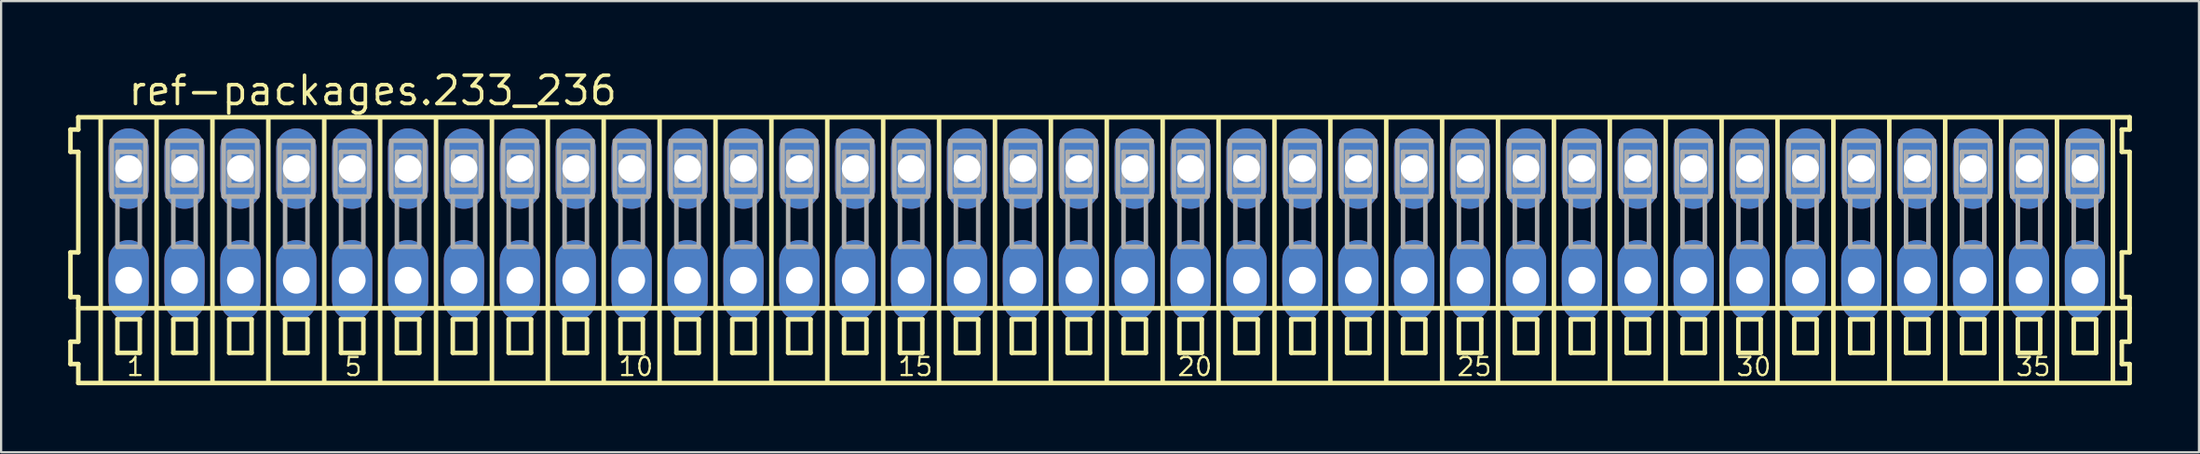
<source format=kicad_pcb>
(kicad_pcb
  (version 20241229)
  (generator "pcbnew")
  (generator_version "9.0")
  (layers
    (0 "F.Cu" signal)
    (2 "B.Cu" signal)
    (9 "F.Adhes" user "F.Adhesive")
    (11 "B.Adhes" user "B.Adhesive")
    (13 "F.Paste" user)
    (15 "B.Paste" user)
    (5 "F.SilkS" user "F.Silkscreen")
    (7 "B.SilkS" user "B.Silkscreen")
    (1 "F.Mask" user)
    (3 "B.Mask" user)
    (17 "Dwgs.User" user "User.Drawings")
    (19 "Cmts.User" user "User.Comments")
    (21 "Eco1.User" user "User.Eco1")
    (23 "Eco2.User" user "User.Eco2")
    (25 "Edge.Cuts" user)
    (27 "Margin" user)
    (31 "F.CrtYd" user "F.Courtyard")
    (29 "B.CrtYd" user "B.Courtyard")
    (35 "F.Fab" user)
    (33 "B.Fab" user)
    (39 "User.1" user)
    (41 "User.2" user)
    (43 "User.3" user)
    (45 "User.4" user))
  (footprint "ref-packages.233_236"
    (layer "F.Cu")
    (at 46.452 7)
    (property "Reference" "ref-packages.233_236" (at -43.85 -5.25 0) (layer "F.SilkS") (effects (font (size 1.27 1.27) (thickness 0.16)) (justify left bottom)))
    (attr through_hole)
    (fp_line (start -46.35 -4.25) (end -46.35 -3.25) (stroke (width 0.203) (type default)) (layer "F.SilkS"))
    (fp_line (start -46.35 -3.25) (end -46 -3.25) (stroke (width 0.203) (type default)) (layer "F.SilkS"))
    (fp_line (start -46.35 1.25) (end -46.35 3.25) (stroke (width 0.203) (type default)) (layer "F.SilkS"))
    (fp_line (start -46.35 3.25) (end -46 3.25) (stroke (width 0.203) (type default)) (layer "F.SilkS"))
    (fp_line (start -46.35 5.25) (end -46.35 6.25) (stroke (width 0.203) (type default)) (layer "F.SilkS"))
    (fp_line (start -46.35 6.25) (end -46 6.25) (stroke (width 0.203) (type default)) (layer "F.SilkS"))
    (fp_line (start -46 -4.8) (end -46 -4.25) (stroke (width 0.203) (type default)) (layer "F.SilkS"))
    (fp_line (start -46 -4.25) (end -46.35 -4.25) (stroke (width 0.203) (type default)) (layer "F.SilkS"))
    (fp_line (start -46 -3.25) (end -46 1.25) (stroke (width 0.203) (type default)) (layer "F.SilkS"))
    (fp_line (start -46 1.25) (end -46.35 1.25) (stroke (width 0.203) (type default)) (layer "F.SilkS"))
    (fp_line (start -46 3.25) (end -46 5.25) (stroke (width 0.203) (type default)) (layer "F.SilkS"))
    (fp_line (start -46 3.75) (end 45.75 3.75) (stroke (width 0.203) (type default)) (layer "F.SilkS"))
    (fp_line (start -46 5.25) (end -46.35 5.25) (stroke (width 0.203) (type default)) (layer "F.SilkS"))
    (fp_line (start -46 6.25) (end -46 7.1) (stroke (width 0.203) (type default)) (layer "F.SilkS"))
    (fp_line (start -46 7.1) (end 45.75 7.1) (stroke (width 0.203) (type default)) (layer "F.SilkS"))
    (fp_line (start -45 -4.75) (end -45 7) (stroke (width 0.203) (type default)) (layer "F.SilkS"))
    (fp_line (start -44.25 4.25) (end -44.25 5.75) (stroke (width 0.203) (type default)) (layer "F.SilkS"))
    (fp_line (start -44.25 5.75) (end -43.25 5.75) (stroke (width 0.203) (type default)) (layer "F.SilkS"))
    (fp_line (start -43.25 4.25) (end -44.25 4.25) (stroke (width 0.203) (type default)) (layer "F.SilkS"))
    (fp_line (start -43.25 5.75) (end -43.25 4.25) (stroke (width 0.203) (type default)) (layer "F.SilkS"))
    (fp_line (start -42.5 -4.75) (end -42.5 7) (stroke (width 0.203) (type default)) (layer "F.SilkS"))
    (fp_line (start -41.75 4.25) (end -41.75 5.75) (stroke (width 0.203) (type default)) (layer "F.SilkS"))
    (fp_line (start -41.75 5.75) (end -40.75 5.75) (stroke (width 0.203) (type default)) (layer "F.SilkS"))
    (fp_line (start -40.75 4.25) (end -41.75 4.25) (stroke (width 0.203) (type default)) (layer "F.SilkS"))
    (fp_line (start -40.75 5.75) (end -40.75 4.25) (stroke (width 0.203) (type default)) (layer "F.SilkS"))
    (fp_line (start -40 -4.75) (end -40 7) (stroke (width 0.203) (type default)) (layer "F.SilkS"))
    (fp_line (start -39.25 4.25) (end -39.25 5.75) (stroke (width 0.203) (type default)) (layer "F.SilkS"))
    (fp_line (start -39.25 5.75) (end -38.25 5.75) (stroke (width 0.203) (type default)) (layer "F.SilkS"))
    (fp_line (start -38.25 4.25) (end -39.25 4.25) (stroke (width 0.203) (type default)) (layer "F.SilkS"))
    (fp_line (start -38.25 5.75) (end -38.25 4.25) (stroke (width 0.203) (type default)) (layer "F.SilkS"))
    (fp_line (start -37.5 -4.75) (end -37.5 7) (stroke (width 0.203) (type default)) (layer "F.SilkS"))
    (fp_line (start -36.75 4.25) (end -36.75 5.75) (stroke (width 0.203) (type default)) (layer "F.SilkS"))
    (fp_line (start -36.75 5.75) (end -35.75 5.75) (stroke (width 0.203) (type default)) (layer "F.SilkS"))
    (fp_line (start -35.75 4.25) (end -36.75 4.25) (stroke (width 0.203) (type default)) (layer "F.SilkS"))
    (fp_line (start -35.75 5.75) (end -35.75 4.25) (stroke (width 0.203) (type default)) (layer "F.SilkS"))
    (fp_line (start -35 -4.75) (end -35 7) (stroke (width 0.203) (type default)) (layer "F.SilkS"))
    (fp_line (start -34.25 4.25) (end -34.25 5.75) (stroke (width 0.203) (type default)) (layer "F.SilkS"))
    (fp_line (start -34.25 5.75) (end -33.25 5.75) (stroke (width 0.203) (type default)) (layer "F.SilkS"))
    (fp_line (start -33.25 4.25) (end -34.25 4.25) (stroke (width 0.203) (type default)) (layer "F.SilkS"))
    (fp_line (start -33.25 5.75) (end -33.25 4.25) (stroke (width 0.203) (type default)) (layer "F.SilkS"))
    (fp_line (start -32.5 -4.75) (end -32.5 7) (stroke (width 0.203) (type default)) (layer "F.SilkS"))
    (fp_line (start -31.75 4.25) (end -31.75 5.75) (stroke (width 0.203) (type default)) (layer "F.SilkS"))
    (fp_line (start -31.75 5.75) (end -30.75 5.75) (stroke (width 0.203) (type default)) (layer "F.SilkS"))
    (fp_line (start -30.75 4.25) (end -31.75 4.25) (stroke (width 0.203) (type default)) (layer "F.SilkS"))
    (fp_line (start -30.75 5.75) (end -30.75 4.25) (stroke (width 0.203) (type default)) (layer "F.SilkS"))
    (fp_line (start -30 -4.75) (end -30 7) (stroke (width 0.203) (type default)) (layer "F.SilkS"))
    (fp_line (start -29.25 4.25) (end -29.25 5.75) (stroke (width 0.203) (type default)) (layer "F.SilkS"))
    (fp_line (start -29.25 5.75) (end -28.25 5.75) (stroke (width 0.203) (type default)) (layer "F.SilkS"))
    (fp_line (start -28.25 4.25) (end -29.25 4.25) (stroke (width 0.203) (type default)) (layer "F.SilkS"))
    (fp_line (start -28.25 5.75) (end -28.25 4.25) (stroke (width 0.203) (type default)) (layer "F.SilkS"))
    (fp_line (start -27.5 -4.75) (end -27.5 7) (stroke (width 0.203) (type default)) (layer "F.SilkS"))
    (fp_line (start -26.75 4.25) (end -26.75 5.75) (stroke (width 0.203) (type default)) (layer "F.SilkS"))
    (fp_line (start -26.75 5.75) (end -25.75 5.75) (stroke (width 0.203) (type default)) (layer "F.SilkS"))
    (fp_line (start -25.75 4.25) (end -26.75 4.25) (stroke (width 0.203) (type default)) (layer "F.SilkS"))
    (fp_line (start -25.75 5.75) (end -25.75 4.25) (stroke (width 0.203) (type default)) (layer "F.SilkS"))
    (fp_line (start -25 -4.75) (end -25 7) (stroke (width 0.203) (type default)) (layer "F.SilkS"))
    (fp_line (start -24.25 4.25) (end -24.25 5.75) (stroke (width 0.203) (type default)) (layer "F.SilkS"))
    (fp_line (start -24.25 5.75) (end -23.25 5.75) (stroke (width 0.203) (type default)) (layer "F.SilkS"))
    (fp_line (start -23.25 4.25) (end -24.25 4.25) (stroke (width 0.203) (type default)) (layer "F.SilkS"))
    (fp_line (start -23.25 5.75) (end -23.25 4.25) (stroke (width 0.203) (type default)) (layer "F.SilkS"))
    (fp_line (start -22.5 -4.75) (end -22.5 7) (stroke (width 0.203) (type default)) (layer "F.SilkS"))
    (fp_line (start -21.75 4.25) (end -21.75 5.75) (stroke (width 0.203) (type default)) (layer "F.SilkS"))
    (fp_line (start -21.75 5.75) (end -20.75 5.75) (stroke (width 0.203) (type default)) (layer "F.SilkS"))
    (fp_line (start -20.75 4.25) (end -21.75 4.25) (stroke (width 0.203) (type default)) (layer "F.SilkS"))
    (fp_line (start -20.75 5.75) (end -20.75 4.25) (stroke (width 0.203) (type default)) (layer "F.SilkS"))
    (fp_line (start -20 -4.75) (end -20 7) (stroke (width 0.203) (type default)) (layer "F.SilkS"))
    (fp_line (start -19.25 4.25) (end -19.25 5.75) (stroke (width 0.203) (type default)) (layer "F.SilkS"))
    (fp_line (start -19.25 5.75) (end -18.25 5.75) (stroke (width 0.203) (type default)) (layer "F.SilkS"))
    (fp_line (start -18.25 4.25) (end -19.25 4.25) (stroke (width 0.203) (type default)) (layer "F.SilkS"))
    (fp_line (start -18.25 5.75) (end -18.25 4.25) (stroke (width 0.203) (type default)) (layer "F.SilkS"))
    (fp_line (start -17.5 -4.75) (end -17.5 7) (stroke (width 0.203) (type default)) (layer "F.SilkS"))
    (fp_line (start -16.75 4.25) (end -16.75 5.75) (stroke (width 0.203) (type default)) (layer "F.SilkS"))
    (fp_line (start -16.75 5.75) (end -15.75 5.75) (stroke (width 0.203) (type default)) (layer "F.SilkS"))
    (fp_line (start -15.75 4.25) (end -16.75 4.25) (stroke (width 0.203) (type default)) (layer "F.SilkS"))
    (fp_line (start -15.75 5.75) (end -15.75 4.25) (stroke (width 0.203) (type default)) (layer "F.SilkS"))
    (fp_line (start -15 -4.75) (end -15 7) (stroke (width 0.203) (type default)) (layer "F.SilkS"))
    (fp_line (start -14.25 4.25) (end -14.25 5.75) (stroke (width 0.203) (type default)) (layer "F.SilkS"))
    (fp_line (start -14.25 5.75) (end -13.25 5.75) (stroke (width 0.203) (type default)) (layer "F.SilkS"))
    (fp_line (start -13.25 4.25) (end -14.25 4.25) (stroke (width 0.203) (type default)) (layer "F.SilkS"))
    (fp_line (start -13.25 5.75) (end -13.25 4.25) (stroke (width 0.203) (type default)) (layer "F.SilkS"))
    (fp_line (start -12.5 -4.75) (end -12.5 7) (stroke (width 0.203) (type default)) (layer "F.SilkS"))
    (fp_line (start -11.75 4.25) (end -11.75 5.75) (stroke (width 0.203) (type default)) (layer "F.SilkS"))
    (fp_line (start -11.75 5.75) (end -10.75 5.75) (stroke (width 0.203) (type default)) (layer "F.SilkS"))
    (fp_line (start -10.75 4.25) (end -11.75 4.25) (stroke (width 0.203) (type default)) (layer "F.SilkS"))
    (fp_line (start -10.75 5.75) (end -10.75 4.25) (stroke (width 0.203) (type default)) (layer "F.SilkS"))
    (fp_line (start -10 -4.75) (end -10 7) (stroke (width 0.203) (type default)) (layer "F.SilkS"))
    (fp_line (start -9.25 4.25) (end -9.25 5.75) (stroke (width 0.203) (type default)) (layer "F.SilkS"))
    (fp_line (start -9.25 5.75) (end -8.25 5.75) (stroke (width 0.203) (type default)) (layer "F.SilkS"))
    (fp_line (start -8.25 4.25) (end -9.25 4.25) (stroke (width 0.203) (type default)) (layer "F.SilkS"))
    (fp_line (start -8.25 5.75) (end -8.25 4.25) (stroke (width 0.203) (type default)) (layer "F.SilkS"))
    (fp_line (start -7.5 -4.75) (end -7.5 7) (stroke (width 0.203) (type default)) (layer "F.SilkS"))
    (fp_line (start -6.75 4.25) (end -6.75 5.75) (stroke (width 0.203) (type default)) (layer "F.SilkS"))
    (fp_line (start -6.75 5.75) (end -5.75 5.75) (stroke (width 0.203) (type default)) (layer "F.SilkS"))
    (fp_line (start -5.75 4.25) (end -6.75 4.25) (stroke (width 0.203) (type default)) (layer "F.SilkS"))
    (fp_line (start -5.75 5.75) (end -5.75 4.25) (stroke (width 0.203) (type default)) (layer "F.SilkS"))
    (fp_line (start -5 -4.75) (end -5 7) (stroke (width 0.203) (type default)) (layer "F.SilkS"))
    (fp_line (start -4.25 4.25) (end -4.25 5.75) (stroke (width 0.203) (type default)) (layer "F.SilkS"))
    (fp_line (start -4.25 5.75) (end -3.25 5.75) (stroke (width 0.203) (type default)) (layer "F.SilkS"))
    (fp_line (start -3.25 4.25) (end -4.25 4.25) (stroke (width 0.203) (type default)) (layer "F.SilkS"))
    (fp_line (start -3.25 5.75) (end -3.25 4.25) (stroke (width 0.203) (type default)) (layer "F.SilkS"))
    (fp_line (start -2.5 -4.75) (end -2.5 7) (stroke (width 0.203) (type default)) (layer "F.SilkS"))
    (fp_line (start -1.75 4.25) (end -1.75 5.75) (stroke (width 0.203) (type default)) (layer "F.SilkS"))
    (fp_line (start -1.75 5.75) (end -0.75 5.75) (stroke (width 0.203) (type default)) (layer "F.SilkS"))
    (fp_line (start -0.75 4.25) (end -1.75 4.25) (stroke (width 0.203) (type default)) (layer "F.SilkS"))
    (fp_line (start -0.75 5.75) (end -0.75 4.25) (stroke (width 0.203) (type default)) (layer "F.SilkS"))
    (fp_line (start 0 -4.75) (end 0 7) (stroke (width 0.203) (type default)) (layer "F.SilkS"))
    (fp_line (start 0.75 4.25) (end 0.75 5.75) (stroke (width 0.203) (type default)) (layer "F.SilkS"))
    (fp_line (start 0.75 5.75) (end 1.75 5.75) (stroke (width 0.203) (type default)) (layer "F.SilkS"))
    (fp_line (start 1.75 4.25) (end 0.75 4.25) (stroke (width 0.203) (type default)) (layer "F.SilkS"))
    (fp_line (start 1.75 5.75) (end 1.75 4.25) (stroke (width 0.203) (type default)) (layer "F.SilkS"))
    (fp_line (start 2.5 -4.75) (end 2.5 7) (stroke (width 0.203) (type default)) (layer "F.SilkS"))
    (fp_line (start 3.25 4.25) (end 3.25 5.75) (stroke (width 0.203) (type default)) (layer "F.SilkS"))
    (fp_line (start 3.25 5.75) (end 4.25 5.75) (stroke (width 0.203) (type default)) (layer "F.SilkS"))
    (fp_line (start 4.25 4.25) (end 3.25 4.25) (stroke (width 0.203) (type default)) (layer "F.SilkS"))
    (fp_line (start 4.25 5.75) (end 4.25 4.25) (stroke (width 0.203) (type default)) (layer "F.SilkS"))
    (fp_line (start 5 -4.75) (end 5 7) (stroke (width 0.203) (type default)) (layer "F.SilkS"))
    (fp_line (start 5.75 4.25) (end 5.75 5.75) (stroke (width 0.203) (type default)) (layer "F.SilkS"))
    (fp_line (start 5.75 5.75) (end 6.75 5.75) (stroke (width 0.203) (type default)) (layer "F.SilkS"))
    (fp_line (start 6.75 4.25) (end 5.75 4.25) (stroke (width 0.203) (type default)) (layer "F.SilkS"))
    (fp_line (start 6.75 5.75) (end 6.75 4.25) (stroke (width 0.203) (type default)) (layer "F.SilkS"))
    (fp_line (start 7.5 -4.75) (end 7.5 7) (stroke (width 0.203) (type default)) (layer "F.SilkS"))
    (fp_line (start 8.25 4.25) (end 8.25 5.75) (stroke (width 0.203) (type default)) (layer "F.SilkS"))
    (fp_line (start 8.25 5.75) (end 9.25 5.75) (stroke (width 0.203) (type default)) (layer "F.SilkS"))
    (fp_line (start 9.25 4.25) (end 8.25 4.25) (stroke (width 0.203) (type default)) (layer "F.SilkS"))
    (fp_line (start 9.25 5.75) (end 9.25 4.25) (stroke (width 0.203) (type default)) (layer "F.SilkS"))
    (fp_line (start 10 -4.75) (end 10 7) (stroke (width 0.203) (type default)) (layer "F.SilkS"))
    (fp_line (start 10.75 4.25) (end 10.75 5.75) (stroke (width 0.203) (type default)) (layer "F.SilkS"))
    (fp_line (start 10.75 5.75) (end 11.75 5.75) (stroke (width 0.203) (type default)) (layer "F.SilkS"))
    (fp_line (start 11.75 4.25) (end 10.75 4.25) (stroke (width 0.203) (type default)) (layer "F.SilkS"))
    (fp_line (start 11.75 5.75) (end 11.75 4.25) (stroke (width 0.203) (type default)) (layer "F.SilkS"))
    (fp_line (start 12.5 -4.75) (end 12.5 7) (stroke (width 0.203) (type default)) (layer "F.SilkS"))
    (fp_line (start 13.25 4.25) (end 13.25 5.75) (stroke (width 0.203) (type default)) (layer "F.SilkS"))
    (fp_line (start 13.25 5.75) (end 14.25 5.75) (stroke (width 0.203) (type default)) (layer "F.SilkS"))
    (fp_line (start 14.25 4.25) (end 13.25 4.25) (stroke (width 0.203) (type default)) (layer "F.SilkS"))
    (fp_line (start 14.25 5.75) (end 14.25 4.25) (stroke (width 0.203) (type default)) (layer "F.SilkS"))
    (fp_line (start 15 -4.75) (end 15 7) (stroke (width 0.203) (type default)) (layer "F.SilkS"))
    (fp_line (start 15.75 4.25) (end 15.75 5.75) (stroke (width 0.203) (type default)) (layer "F.SilkS"))
    (fp_line (start 15.75 5.75) (end 16.75 5.75) (stroke (width 0.203) (type default)) (layer "F.SilkS"))
    (fp_line (start 16.75 4.25) (end 15.75 4.25) (stroke (width 0.203) (type default)) (layer "F.SilkS"))
    (fp_line (start 16.75 5.75) (end 16.75 4.25) (stroke (width 0.203) (type default)) (layer "F.SilkS"))
    (fp_line (start 17.5 -4.75) (end 17.5 7) (stroke (width 0.203) (type default)) (layer "F.SilkS"))
    (fp_line (start 18.25 4.25) (end 18.25 5.75) (stroke (width 0.203) (type default)) (layer "F.SilkS"))
    (fp_line (start 18.25 5.75) (end 19.25 5.75) (stroke (width 0.203) (type default)) (layer "F.SilkS"))
    (fp_line (start 19.25 4.25) (end 18.25 4.25) (stroke (width 0.203) (type default)) (layer "F.SilkS"))
    (fp_line (start 19.25 5.75) (end 19.25 4.25) (stroke (width 0.203) (type default)) (layer "F.SilkS"))
    (fp_line (start 20 -4.75) (end 20 7) (stroke (width 0.203) (type default)) (layer "F.SilkS"))
    (fp_line (start 20.75 4.25) (end 20.75 5.75) (stroke (width 0.203) (type default)) (layer "F.SilkS"))
    (fp_line (start 20.75 5.75) (end 21.75 5.75) (stroke (width 0.203) (type default)) (layer "F.SilkS"))
    (fp_line (start 21.75 4.25) (end 20.75 4.25) (stroke (width 0.203) (type default)) (layer "F.SilkS"))
    (fp_line (start 21.75 5.75) (end 21.75 4.25) (stroke (width 0.203) (type default)) (layer "F.SilkS"))
    (fp_line (start 22.5 -4.75) (end 22.5 7) (stroke (width 0.203) (type default)) (layer "F.SilkS"))
    (fp_line (start 23.25 4.25) (end 23.25 5.75) (stroke (width 0.203) (type default)) (layer "F.SilkS"))
    (fp_line (start 23.25 5.75) (end 24.25 5.75) (stroke (width 0.203) (type default)) (layer "F.SilkS"))
    (fp_line (start 24.25 4.25) (end 23.25 4.25) (stroke (width 0.203) (type default)) (layer "F.SilkS"))
    (fp_line (start 24.25 5.75) (end 24.25 4.25) (stroke (width 0.203) (type default)) (layer "F.SilkS"))
    (fp_line (start 25 -4.75) (end 25 7) (stroke (width 0.203) (type default)) (layer "F.SilkS"))
    (fp_line (start 25.75 4.25) (end 25.75 5.75) (stroke (width 0.203) (type default)) (layer "F.SilkS"))
    (fp_line (start 25.75 5.75) (end 26.75 5.75) (stroke (width 0.203) (type default)) (layer "F.SilkS"))
    (fp_line (start 26.75 4.25) (end 25.75 4.25) (stroke (width 0.203) (type default)) (layer "F.SilkS"))
    (fp_line (start 26.75 5.75) (end 26.75 4.25) (stroke (width 0.203) (type default)) (layer "F.SilkS"))
    (fp_line (start 27.5 -4.75) (end 27.5 7) (stroke (width 0.203) (type default)) (layer "F.SilkS"))
    (fp_line (start 28.25 4.25) (end 28.25 5.75) (stroke (width 0.203) (type default)) (layer "F.SilkS"))
    (fp_line (start 28.25 5.75) (end 29.25 5.75) (stroke (width 0.203) (type default)) (layer "F.SilkS"))
    (fp_line (start 29.25 4.25) (end 28.25 4.25) (stroke (width 0.203) (type default)) (layer "F.SilkS"))
    (fp_line (start 29.25 5.75) (end 29.25 4.25) (stroke (width 0.203) (type default)) (layer "F.SilkS"))
    (fp_line (start 30 -4.75) (end 30 7) (stroke (width 0.203) (type default)) (layer "F.SilkS"))
    (fp_line (start 30.75 4.25) (end 30.75 5.75) (stroke (width 0.203) (type default)) (layer "F.SilkS"))
    (fp_line (start 30.75 5.75) (end 31.75 5.75) (stroke (width 0.203) (type default)) (layer "F.SilkS"))
    (fp_line (start 31.75 4.25) (end 30.75 4.25) (stroke (width 0.203) (type default)) (layer "F.SilkS"))
    (fp_line (start 31.75 5.75) (end 31.75 4.25) (stroke (width 0.203) (type default)) (layer "F.SilkS"))
    (fp_line (start 32.5 -4.75) (end 32.5 7) (stroke (width 0.203) (type default)) (layer "F.SilkS"))
    (fp_line (start 33.25 4.25) (end 33.25 5.75) (stroke (width 0.203) (type default)) (layer "F.SilkS"))
    (fp_line (start 33.25 5.75) (end 34.25 5.75) (stroke (width 0.203) (type default)) (layer "F.SilkS"))
    (fp_line (start 34.25 4.25) (end 33.25 4.25) (stroke (width 0.203) (type default)) (layer "F.SilkS"))
    (fp_line (start 34.25 5.75) (end 34.25 4.25) (stroke (width 0.203) (type default)) (layer "F.SilkS"))
    (fp_line (start 35 -4.75) (end 35 7) (stroke (width 0.203) (type default)) (layer "F.SilkS"))
    (fp_line (start 35.75 4.25) (end 35.75 5.75) (stroke (width 0.203) (type default)) (layer "F.SilkS"))
    (fp_line (start 35.75 5.75) (end 36.75 5.75) (stroke (width 0.203) (type default)) (layer "F.SilkS"))
    (fp_line (start 36.75 4.25) (end 35.75 4.25) (stroke (width 0.203) (type default)) (layer "F.SilkS"))
    (fp_line (start 36.75 5.75) (end 36.75 4.25) (stroke (width 0.203) (type default)) (layer "F.SilkS"))
    (fp_line (start 37.5 -4.75) (end 37.5 7) (stroke (width 0.203) (type default)) (layer "F.SilkS"))
    (fp_line (start 38.25 4.25) (end 38.25 5.75) (stroke (width 0.203) (type default)) (layer "F.SilkS"))
    (fp_line (start 38.25 5.75) (end 39.25 5.75) (stroke (width 0.203) (type default)) (layer "F.SilkS"))
    (fp_line (start 39.25 4.25) (end 38.25 4.25) (stroke (width 0.203) (type default)) (layer "F.SilkS"))
    (fp_line (start 39.25 5.75) (end 39.25 4.25) (stroke (width 0.203) (type default)) (layer "F.SilkS"))
    (fp_line (start 40 -4.75) (end 40 7) (stroke (width 0.203) (type default)) (layer "F.SilkS"))
    (fp_line (start 40.75 4.25) (end 40.75 5.75) (stroke (width 0.203) (type default)) (layer "F.SilkS"))
    (fp_line (start 40.75 5.75) (end 41.75 5.75) (stroke (width 0.203) (type default)) (layer "F.SilkS"))
    (fp_line (start 41.75 4.25) (end 40.75 4.25) (stroke (width 0.203) (type default)) (layer "F.SilkS"))
    (fp_line (start 41.75 5.75) (end 41.75 4.25) (stroke (width 0.203) (type default)) (layer "F.SilkS"))
    (fp_line (start 42.5 -4.75) (end 42.5 7) (stroke (width 0.203) (type default)) (layer "F.SilkS"))
    (fp_line (start 43.25 4.25) (end 43.25 5.75) (stroke (width 0.203) (type default)) (layer "F.SilkS"))
    (fp_line (start 43.25 5.75) (end 44.25 5.75) (stroke (width 0.203) (type default)) (layer "F.SilkS"))
    (fp_line (start 44.25 4.25) (end 43.25 4.25) (stroke (width 0.203) (type default)) (layer "F.SilkS"))
    (fp_line (start 44.25 5.75) (end 44.25 4.25) (stroke (width 0.203) (type default)) (layer "F.SilkS"))
    (fp_line (start 45 -4.75) (end 45 7) (stroke (width 0.203) (type default)) (layer "F.SilkS"))
    (fp_line (start 45.4 -4.25) (end 45.4 -3.25) (stroke (width 0.203) (type default)) (layer "F.SilkS"))
    (fp_line (start 45.4 -3.25) (end 45.75 -3.25) (stroke (width 0.203) (type default)) (layer "F.SilkS"))
    (fp_line (start 45.4 1.25) (end 45.4 3.25) (stroke (width 0.203) (type default)) (layer "F.SilkS"))
    (fp_line (start 45.4 3.25) (end 45.75 3.25) (stroke (width 0.203) (type default)) (layer "F.SilkS"))
    (fp_line (start 45.4 5.25) (end 45.4 6.25) (stroke (width 0.203) (type default)) (layer "F.SilkS"))
    (fp_line (start 45.4 6.25) (end 45.75 6.25) (stroke (width 0.203) (type default)) (layer "F.SilkS"))
    (fp_line (start 45.75 -4.8) (end -46 -4.8) (stroke (width 0.203) (type default)) (layer "F.SilkS"))
    (fp_line (start 45.75 -4.25) (end 45.4 -4.25) (stroke (width 0.203) (type default)) (layer "F.SilkS"))
    (fp_line (start 45.75 -4.25) (end 45.75 -4.8) (stroke (width 0.203) (type default)) (layer "F.SilkS"))
    (fp_line (start 45.75 1.25) (end 45.4 1.25) (stroke (width 0.203) (type default)) (layer "F.SilkS"))
    (fp_line (start 45.75 1.25) (end 45.75 -3.25) (stroke (width 0.203) (type default)) (layer "F.SilkS"))
    (fp_line (start 45.75 3.75) (end 45.75 3.25) (stroke (width 0.203) (type default)) (layer "F.SilkS"))
    (fp_line (start 45.75 5.25) (end 45.4 5.25) (stroke (width 0.203) (type default)) (layer "F.SilkS"))
    (fp_line (start 45.75 5.25) (end 45.75 3.75) (stroke (width 0.203) (type default)) (layer "F.SilkS"))
    (fp_line (start 45.75 7.1) (end 45.75 6.25) (stroke (width 0.203) (type default)) (layer "F.SilkS"))
    (fp_line (start -44.5 -3.75) (end -44.5 -1.25) (stroke (width 0.203) (type default)) (layer "F.Fab"))
    (fp_line (start -44.5 -1.25) (end -44.25 -1.25) (stroke (width 0.203) (type default)) (layer "F.Fab"))
    (fp_line (start -44.25 -3.25) (end -44.25 -1.75) (stroke (width 0.203) (type default)) (layer "F.Fab"))
    (fp_line (start -44.25 -1.75) (end -43.25 -1.75) (stroke (width 0.203) (type default)) (layer "F.Fab"))
    (fp_line (start -44.25 -1.25) (end -44.25 1) (stroke (width 0.203) (type default)) (layer "F.Fab"))
    (fp_line (start -44.25 -1.25) (end -43.25 -1.25) (stroke (width 0.203) (type default)) (layer "F.Fab"))
    (fp_line (start -44.25 1) (end -43.25 1) (stroke (width 0.203) (type default)) (layer "F.Fab"))
    (fp_line (start -43.25 -3.25) (end -44.25 -3.25) (stroke (width 0.203) (type default)) (layer "F.Fab"))
    (fp_line (start -43.25 -1.75) (end -43.25 -3.25) (stroke (width 0.203) (type default)) (layer "F.Fab"))
    (fp_line (start -43.25 -1.25) (end -43 -1.25) (stroke (width 0.203) (type default)) (layer "F.Fab"))
    (fp_line (start -43.25 1) (end -43.25 -1.25) (stroke (width 0.203) (type default)) (layer "F.Fab"))
    (fp_line (start -43 -3.75) (end -44.5 -3.75) (stroke (width 0.203) (type default)) (layer "F.Fab"))
    (fp_line (start -43 -1.25) (end -43 -3.75) (stroke (width 0.203) (type default)) (layer "F.Fab"))
    (fp_line (start -42 -3.75) (end -42 -1.25) (stroke (width 0.203) (type default)) (layer "F.Fab"))
    (fp_line (start -42 -1.25) (end -41.75 -1.25) (stroke (width 0.203) (type default)) (layer "F.Fab"))
    (fp_line (start -41.75 -3.25) (end -41.75 -1.75) (stroke (width 0.203) (type default)) (layer "F.Fab"))
    (fp_line (start -41.75 -1.75) (end -40.75 -1.75) (stroke (width 0.203) (type default)) (layer "F.Fab"))
    (fp_line (start -41.75 -1.25) (end -41.75 1) (stroke (width 0.203) (type default)) (layer "F.Fab"))
    (fp_line (start -41.75 -1.25) (end -40.75 -1.25) (stroke (width 0.203) (type default)) (layer "F.Fab"))
    (fp_line (start -41.75 1) (end -40.75 1) (stroke (width 0.203) (type default)) (layer "F.Fab"))
    (fp_line (start -40.75 -3.25) (end -41.75 -3.25) (stroke (width 0.203) (type default)) (layer "F.Fab"))
    (fp_line (start -40.75 -1.75) (end -40.75 -3.25) (stroke (width 0.203) (type default)) (layer "F.Fab"))
    (fp_line (start -40.75 -1.25) (end -40.5 -1.25) (stroke (width 0.203) (type default)) (layer "F.Fab"))
    (fp_line (start -40.75 1) (end -40.75 -1.25) (stroke (width 0.203) (type default)) (layer "F.Fab"))
    (fp_line (start -40.5 -3.75) (end -42 -3.75) (stroke (width 0.203) (type default)) (layer "F.Fab"))
    (fp_line (start -40.5 -1.25) (end -40.5 -3.75) (stroke (width 0.203) (type default)) (layer "F.Fab"))
    (fp_line (start -39.5 -3.75) (end -39.5 -1.25) (stroke (width 0.203) (type default)) (layer "F.Fab"))
    (fp_line (start -39.5 -1.25) (end -39.25 -1.25) (stroke (width 0.203) (type default)) (layer "F.Fab"))
    (fp_line (start -39.25 -3.25) (end -39.25 -1.75) (stroke (width 0.203) (type default)) (layer "F.Fab"))
    (fp_line (start -39.25 -1.75) (end -38.25 -1.75) (stroke (width 0.203) (type default)) (layer "F.Fab"))
    (fp_line (start -39.25 -1.25) (end -39.25 1) (stroke (width 0.203) (type default)) (layer "F.Fab"))
    (fp_line (start -39.25 -1.25) (end -38.25 -1.25) (stroke (width 0.203) (type default)) (layer "F.Fab"))
    (fp_line (start -39.25 1) (end -38.25 1) (stroke (width 0.203) (type default)) (layer "F.Fab"))
    (fp_line (start -38.25 -3.25) (end -39.25 -3.25) (stroke (width 0.203) (type default)) (layer "F.Fab"))
    (fp_line (start -38.25 -1.75) (end -38.25 -3.25) (stroke (width 0.203) (type default)) (layer "F.Fab"))
    (fp_line (start -38.25 -1.25) (end -38 -1.25) (stroke (width 0.203) (type default)) (layer "F.Fab"))
    (fp_line (start -38.25 1) (end -38.25 -1.25) (stroke (width 0.203) (type default)) (layer "F.Fab"))
    (fp_line (start -38 -3.75) (end -39.5 -3.75) (stroke (width 0.203) (type default)) (layer "F.Fab"))
    (fp_line (start -38 -1.25) (end -38 -3.75) (stroke (width 0.203) (type default)) (layer "F.Fab"))
    (fp_line (start -37 -3.75) (end -37 -1.25) (stroke (width 0.203) (type default)) (layer "F.Fab"))
    (fp_line (start -37 -1.25) (end -36.75 -1.25) (stroke (width 0.203) (type default)) (layer "F.Fab"))
    (fp_line (start -36.75 -3.25) (end -36.75 -1.75) (stroke (width 0.203) (type default)) (layer "F.Fab"))
    (fp_line (start -36.75 -1.75) (end -35.75 -1.75) (stroke (width 0.203) (type default)) (layer "F.Fab"))
    (fp_line (start -36.75 -1.25) (end -36.75 1) (stroke (width 0.203) (type default)) (layer "F.Fab"))
    (fp_line (start -36.75 -1.25) (end -35.75 -1.25) (stroke (width 0.203) (type default)) (layer "F.Fab"))
    (fp_line (start -36.75 1) (end -35.75 1) (stroke (width 0.203) (type default)) (layer "F.Fab"))
    (fp_line (start -35.75 -3.25) (end -36.75 -3.25) (stroke (width 0.203) (type default)) (layer "F.Fab"))
    (fp_line (start -35.75 -1.75) (end -35.75 -3.25) (stroke (width 0.203) (type default)) (layer "F.Fab"))
    (fp_line (start -35.75 -1.25) (end -35.5 -1.25) (stroke (width 0.203) (type default)) (layer "F.Fab"))
    (fp_line (start -35.75 1) (end -35.75 -1.25) (stroke (width 0.203) (type default)) (layer "F.Fab"))
    (fp_line (start -35.5 -3.75) (end -37 -3.75) (stroke (width 0.203) (type default)) (layer "F.Fab"))
    (fp_line (start -35.5 -1.25) (end -35.5 -3.75) (stroke (width 0.203) (type default)) (layer "F.Fab"))
    (fp_line (start -34.5 -3.75) (end -34.5 -1.25) (stroke (width 0.203) (type default)) (layer "F.Fab"))
    (fp_line (start -34.5 -1.25) (end -34.25 -1.25) (stroke (width 0.203) (type default)) (layer "F.Fab"))
    (fp_line (start -34.25 -3.25) (end -34.25 -1.75) (stroke (width 0.203) (type default)) (layer "F.Fab"))
    (fp_line (start -34.25 -1.75) (end -33.25 -1.75) (stroke (width 0.203) (type default)) (layer "F.Fab"))
    (fp_line (start -34.25 -1.25) (end -34.25 1) (stroke (width 0.203) (type default)) (layer "F.Fab"))
    (fp_line (start -34.25 -1.25) (end -33.25 -1.25) (stroke (width 0.203) (type default)) (layer "F.Fab"))
    (fp_line (start -34.25 1) (end -33.25 1) (stroke (width 0.203) (type default)) (layer "F.Fab"))
    (fp_line (start -33.25 -3.25) (end -34.25 -3.25) (stroke (width 0.203) (type default)) (layer "F.Fab"))
    (fp_line (start -33.25 -1.75) (end -33.25 -3.25) (stroke (width 0.203) (type default)) (layer "F.Fab"))
    (fp_line (start -33.25 -1.25) (end -33 -1.25) (stroke (width 0.203) (type default)) (layer "F.Fab"))
    (fp_line (start -33.25 1) (end -33.25 -1.25) (stroke (width 0.203) (type default)) (layer "F.Fab"))
    (fp_line (start -33 -3.75) (end -34.5 -3.75) (stroke (width 0.203) (type default)) (layer "F.Fab"))
    (fp_line (start -33 -1.25) (end -33 -3.75) (stroke (width 0.203) (type default)) (layer "F.Fab"))
    (fp_line (start -32 -3.75) (end -32 -1.25) (stroke (width 0.203) (type default)) (layer "F.Fab"))
    (fp_line (start -32 -1.25) (end -31.75 -1.25) (stroke (width 0.203) (type default)) (layer "F.Fab"))
    (fp_line (start -31.75 -3.25) (end -31.75 -1.75) (stroke (width 0.203) (type default)) (layer "F.Fab"))
    (fp_line (start -31.75 -1.75) (end -30.75 -1.75) (stroke (width 0.203) (type default)) (layer "F.Fab"))
    (fp_line (start -31.75 -1.25) (end -31.75 1) (stroke (width 0.203) (type default)) (layer "F.Fab"))
    (fp_line (start -31.75 -1.25) (end -30.75 -1.25) (stroke (width 0.203) (type default)) (layer "F.Fab"))
    (fp_line (start -31.75 1) (end -30.75 1) (stroke (width 0.203) (type default)) (layer "F.Fab"))
    (fp_line (start -30.75 -3.25) (end -31.75 -3.25) (stroke (width 0.203) (type default)) (layer "F.Fab"))
    (fp_line (start -30.75 -1.75) (end -30.75 -3.25) (stroke (width 0.203) (type default)) (layer "F.Fab"))
    (fp_line (start -30.75 -1.25) (end -30.5 -1.25) (stroke (width 0.203) (type default)) (layer "F.Fab"))
    (fp_line (start -30.75 1) (end -30.75 -1.25) (stroke (width 0.203) (type default)) (layer "F.Fab"))
    (fp_line (start -30.5 -3.75) (end -32 -3.75) (stroke (width 0.203) (type default)) (layer "F.Fab"))
    (fp_line (start -30.5 -1.25) (end -30.5 -3.75) (stroke (width 0.203) (type default)) (layer "F.Fab"))
    (fp_line (start -29.5 -3.75) (end -29.5 -1.25) (stroke (width 0.203) (type default)) (layer "F.Fab"))
    (fp_line (start -29.5 -1.25) (end -29.25 -1.25) (stroke (width 0.203) (type default)) (layer "F.Fab"))
    (fp_line (start -29.25 -3.25) (end -29.25 -1.75) (stroke (width 0.203) (type default)) (layer "F.Fab"))
    (fp_line (start -29.25 -1.75) (end -28.25 -1.75) (stroke (width 0.203) (type default)) (layer "F.Fab"))
    (fp_line (start -29.25 -1.25) (end -29.25 1) (stroke (width 0.203) (type default)) (layer "F.Fab"))
    (fp_line (start -29.25 -1.25) (end -28.25 -1.25) (stroke (width 0.203) (type default)) (layer "F.Fab"))
    (fp_line (start -29.25 1) (end -28.25 1) (stroke (width 0.203) (type default)) (layer "F.Fab"))
    (fp_line (start -28.25 -3.25) (end -29.25 -3.25) (stroke (width 0.203) (type default)) (layer "F.Fab"))
    (fp_line (start -28.25 -1.75) (end -28.25 -3.25) (stroke (width 0.203) (type default)) (layer "F.Fab"))
    (fp_line (start -28.25 -1.25) (end -28 -1.25) (stroke (width 0.203) (type default)) (layer "F.Fab"))
    (fp_line (start -28.25 1) (end -28.25 -1.25) (stroke (width 0.203) (type default)) (layer "F.Fab"))
    (fp_line (start -28 -3.75) (end -29.5 -3.75) (stroke (width 0.203) (type default)) (layer "F.Fab"))
    (fp_line (start -28 -1.25) (end -28 -3.75) (stroke (width 0.203) (type default)) (layer "F.Fab"))
    (fp_line (start -27 -3.75) (end -27 -1.25) (stroke (width 0.203) (type default)) (layer "F.Fab"))
    (fp_line (start -27 -1.25) (end -26.75 -1.25) (stroke (width 0.203) (type default)) (layer "F.Fab"))
    (fp_line (start -26.75 -3.25) (end -26.75 -1.75) (stroke (width 0.203) (type default)) (layer "F.Fab"))
    (fp_line (start -26.75 -1.75) (end -25.75 -1.75) (stroke (width 0.203) (type default)) (layer "F.Fab"))
    (fp_line (start -26.75 -1.25) (end -26.75 1) (stroke (width 0.203) (type default)) (layer "F.Fab"))
    (fp_line (start -26.75 -1.25) (end -25.75 -1.25) (stroke (width 0.203) (type default)) (layer "F.Fab"))
    (fp_line (start -26.75 1) (end -25.75 1) (stroke (width 0.203) (type default)) (layer "F.Fab"))
    (fp_line (start -25.75 -3.25) (end -26.75 -3.25) (stroke (width 0.203) (type default)) (layer "F.Fab"))
    (fp_line (start -25.75 -1.75) (end -25.75 -3.25) (stroke (width 0.203) (type default)) (layer "F.Fab"))
    (fp_line (start -25.75 -1.25) (end -25.5 -1.25) (stroke (width 0.203) (type default)) (layer "F.Fab"))
    (fp_line (start -25.75 1) (end -25.75 -1.25) (stroke (width 0.203) (type default)) (layer "F.Fab"))
    (fp_line (start -25.5 -3.75) (end -27 -3.75) (stroke (width 0.203) (type default)) (layer "F.Fab"))
    (fp_line (start -25.5 -1.25) (end -25.5 -3.75) (stroke (width 0.203) (type default)) (layer "F.Fab"))
    (fp_line (start -24.5 -3.75) (end -24.5 -1.25) (stroke (width 0.203) (type default)) (layer "F.Fab"))
    (fp_line (start -24.5 -1.25) (end -24.25 -1.25) (stroke (width 0.203) (type default)) (layer "F.Fab"))
    (fp_line (start -24.25 -3.25) (end -24.25 -1.75) (stroke (width 0.203) (type default)) (layer "F.Fab"))
    (fp_line (start -24.25 -1.75) (end -23.25 -1.75) (stroke (width 0.203) (type default)) (layer "F.Fab"))
    (fp_line (start -24.25 -1.25) (end -24.25 1) (stroke (width 0.203) (type default)) (layer "F.Fab"))
    (fp_line (start -24.25 -1.25) (end -23.25 -1.25) (stroke (width 0.203) (type default)) (layer "F.Fab"))
    (fp_line (start -24.25 1) (end -23.25 1) (stroke (width 0.203) (type default)) (layer "F.Fab"))
    (fp_line (start -23.25 -3.25) (end -24.25 -3.25) (stroke (width 0.203) (type default)) (layer "F.Fab"))
    (fp_line (start -23.25 -1.75) (end -23.25 -3.25) (stroke (width 0.203) (type default)) (layer "F.Fab"))
    (fp_line (start -23.25 -1.25) (end -23 -1.25) (stroke (width 0.203) (type default)) (layer "F.Fab"))
    (fp_line (start -23.25 1) (end -23.25 -1.25) (stroke (width 0.203) (type default)) (layer "F.Fab"))
    (fp_line (start -23 -3.75) (end -24.5 -3.75) (stroke (width 0.203) (type default)) (layer "F.Fab"))
    (fp_line (start -23 -1.25) (end -23 -3.75) (stroke (width 0.203) (type default)) (layer "F.Fab"))
    (fp_line (start -22 -3.75) (end -22 -1.25) (stroke (width 0.203) (type default)) (layer "F.Fab"))
    (fp_line (start -22 -1.25) (end -21.75 -1.25) (stroke (width 0.203) (type default)) (layer "F.Fab"))
    (fp_line (start -21.75 -3.25) (end -21.75 -1.75) (stroke (width 0.203) (type default)) (layer "F.Fab"))
    (fp_line (start -21.75 -1.75) (end -20.75 -1.75) (stroke (width 0.203) (type default)) (layer "F.Fab"))
    (fp_line (start -21.75 -1.25) (end -21.75 1) (stroke (width 0.203) (type default)) (layer "F.Fab"))
    (fp_line (start -21.75 -1.25) (end -20.75 -1.25) (stroke (width 0.203) (type default)) (layer "F.Fab"))
    (fp_line (start -21.75 1) (end -20.75 1) (stroke (width 0.203) (type default)) (layer "F.Fab"))
    (fp_line (start -20.75 -3.25) (end -21.75 -3.25) (stroke (width 0.203) (type default)) (layer "F.Fab"))
    (fp_line (start -20.75 -1.75) (end -20.75 -3.25) (stroke (width 0.203) (type default)) (layer "F.Fab"))
    (fp_line (start -20.75 -1.25) (end -20.5 -1.25) (stroke (width 0.203) (type default)) (layer "F.Fab"))
    (fp_line (start -20.75 1) (end -20.75 -1.25) (stroke (width 0.203) (type default)) (layer "F.Fab"))
    (fp_line (start -20.5 -3.75) (end -22 -3.75) (stroke (width 0.203) (type default)) (layer "F.Fab"))
    (fp_line (start -20.5 -1.25) (end -20.5 -3.75) (stroke (width 0.203) (type default)) (layer "F.Fab"))
    (fp_line (start -19.5 -3.75) (end -19.5 -1.25) (stroke (width 0.203) (type default)) (layer "F.Fab"))
    (fp_line (start -19.5 -1.25) (end -19.25 -1.25) (stroke (width 0.203) (type default)) (layer "F.Fab"))
    (fp_line (start -19.25 -3.25) (end -19.25 -1.75) (stroke (width 0.203) (type default)) (layer "F.Fab"))
    (fp_line (start -19.25 -1.75) (end -18.25 -1.75) (stroke (width 0.203) (type default)) (layer "F.Fab"))
    (fp_line (start -19.25 -1.25) (end -19.25 1) (stroke (width 0.203) (type default)) (layer "F.Fab"))
    (fp_line (start -19.25 -1.25) (end -18.25 -1.25) (stroke (width 0.203) (type default)) (layer "F.Fab"))
    (fp_line (start -19.25 1) (end -18.25 1) (stroke (width 0.203) (type default)) (layer "F.Fab"))
    (fp_line (start -18.25 -3.25) (end -19.25 -3.25) (stroke (width 0.203) (type default)) (layer "F.Fab"))
    (fp_line (start -18.25 -1.75) (end -18.25 -3.25) (stroke (width 0.203) (type default)) (layer "F.Fab"))
    (fp_line (start -18.25 -1.25) (end -18 -1.25) (stroke (width 0.203) (type default)) (layer "F.Fab"))
    (fp_line (start -18.25 1) (end -18.25 -1.25) (stroke (width 0.203) (type default)) (layer "F.Fab"))
    (fp_line (start -18 -3.75) (end -19.5 -3.75) (stroke (width 0.203) (type default)) (layer "F.Fab"))
    (fp_line (start -18 -1.25) (end -18 -3.75) (stroke (width 0.203) (type default)) (layer "F.Fab"))
    (fp_line (start -17 -3.75) (end -17 -1.25) (stroke (width 0.203) (type default)) (layer "F.Fab"))
    (fp_line (start -17 -1.25) (end -16.75 -1.25) (stroke (width 0.203) (type default)) (layer "F.Fab"))
    (fp_line (start -16.75 -3.25) (end -16.75 -1.75) (stroke (width 0.203) (type default)) (layer "F.Fab"))
    (fp_line (start -16.75 -1.75) (end -15.75 -1.75) (stroke (width 0.203) (type default)) (layer "F.Fab"))
    (fp_line (start -16.75 -1.25) (end -16.75 1) (stroke (width 0.203) (type default)) (layer "F.Fab"))
    (fp_line (start -16.75 -1.25) (end -15.75 -1.25) (stroke (width 0.203) (type default)) (layer "F.Fab"))
    (fp_line (start -16.75 1) (end -15.75 1) (stroke (width 0.203) (type default)) (layer "F.Fab"))
    (fp_line (start -15.75 -3.25) (end -16.75 -3.25) (stroke (width 0.203) (type default)) (layer "F.Fab"))
    (fp_line (start -15.75 -1.75) (end -15.75 -3.25) (stroke (width 0.203) (type default)) (layer "F.Fab"))
    (fp_line (start -15.75 -1.25) (end -15.5 -1.25) (stroke (width 0.203) (type default)) (layer "F.Fab"))
    (fp_line (start -15.75 1) (end -15.75 -1.25) (stroke (width 0.203) (type default)) (layer "F.Fab"))
    (fp_line (start -15.5 -3.75) (end -17 -3.75) (stroke (width 0.203) (type default)) (layer "F.Fab"))
    (fp_line (start -15.5 -1.25) (end -15.5 -3.75) (stroke (width 0.203) (type default)) (layer "F.Fab"))
    (fp_line (start -14.5 -3.75) (end -14.5 -1.25) (stroke (width 0.203) (type default)) (layer "F.Fab"))
    (fp_line (start -14.5 -1.25) (end -14.25 -1.25) (stroke (width 0.203) (type default)) (layer "F.Fab"))
    (fp_line (start -14.25 -3.25) (end -14.25 -1.75) (stroke (width 0.203) (type default)) (layer "F.Fab"))
    (fp_line (start -14.25 -1.75) (end -13.25 -1.75) (stroke (width 0.203) (type default)) (layer "F.Fab"))
    (fp_line (start -14.25 -1.25) (end -14.25 1) (stroke (width 0.203) (type default)) (layer "F.Fab"))
    (fp_line (start -14.25 -1.25) (end -13.25 -1.25) (stroke (width 0.203) (type default)) (layer "F.Fab"))
    (fp_line (start -14.25 1) (end -13.25 1) (stroke (width 0.203) (type default)) (layer "F.Fab"))
    (fp_line (start -13.25 -3.25) (end -14.25 -3.25) (stroke (width 0.203) (type default)) (layer "F.Fab"))
    (fp_line (start -13.25 -1.75) (end -13.25 -3.25) (stroke (width 0.203) (type default)) (layer "F.Fab"))
    (fp_line (start -13.25 -1.25) (end -13 -1.25) (stroke (width 0.203) (type default)) (layer "F.Fab"))
    (fp_line (start -13.25 1) (end -13.25 -1.25) (stroke (width 0.203) (type default)) (layer "F.Fab"))
    (fp_line (start -13 -3.75) (end -14.5 -3.75) (stroke (width 0.203) (type default)) (layer "F.Fab"))
    (fp_line (start -13 -1.25) (end -13 -3.75) (stroke (width 0.203) (type default)) (layer "F.Fab"))
    (fp_line (start -12 -3.75) (end -12 -1.25) (stroke (width 0.203) (type default)) (layer "F.Fab"))
    (fp_line (start -12 -1.25) (end -11.75 -1.25) (stroke (width 0.203) (type default)) (layer "F.Fab"))
    (fp_line (start -11.75 -3.25) (end -11.75 -1.75) (stroke (width 0.203) (type default)) (layer "F.Fab"))
    (fp_line (start -11.75 -1.75) (end -10.75 -1.75) (stroke (width 0.203) (type default)) (layer "F.Fab"))
    (fp_line (start -11.75 -1.25) (end -11.75 1) (stroke (width 0.203) (type default)) (layer "F.Fab"))
    (fp_line (start -11.75 -1.25) (end -10.75 -1.25) (stroke (width 0.203) (type default)) (layer "F.Fab"))
    (fp_line (start -11.75 1) (end -10.75 1) (stroke (width 0.203) (type default)) (layer "F.Fab"))
    (fp_line (start -10.75 -3.25) (end -11.75 -3.25) (stroke (width 0.203) (type default)) (layer "F.Fab"))
    (fp_line (start -10.75 -1.75) (end -10.75 -3.25) (stroke (width 0.203) (type default)) (layer "F.Fab"))
    (fp_line (start -10.75 -1.25) (end -10.5 -1.25) (stroke (width 0.203) (type default)) (layer "F.Fab"))
    (fp_line (start -10.75 1) (end -10.75 -1.25) (stroke (width 0.203) (type default)) (layer "F.Fab"))
    (fp_line (start -10.5 -3.75) (end -12 -3.75) (stroke (width 0.203) (type default)) (layer "F.Fab"))
    (fp_line (start -10.5 -1.25) (end -10.5 -3.75) (stroke (width 0.203) (type default)) (layer "F.Fab"))
    (fp_line (start -9.5 -3.75) (end -9.5 -1.25) (stroke (width 0.203) (type default)) (layer "F.Fab"))
    (fp_line (start -9.5 -1.25) (end -9.25 -1.25) (stroke (width 0.203) (type default)) (layer "F.Fab"))
    (fp_line (start -9.25 -3.25) (end -9.25 -1.75) (stroke (width 0.203) (type default)) (layer "F.Fab"))
    (fp_line (start -9.25 -1.75) (end -8.25 -1.75) (stroke (width 0.203) (type default)) (layer "F.Fab"))
    (fp_line (start -9.25 -1.25) (end -9.25 1) (stroke (width 0.203) (type default)) (layer "F.Fab"))
    (fp_line (start -9.25 -1.25) (end -8.25 -1.25) (stroke (width 0.203) (type default)) (layer "F.Fab"))
    (fp_line (start -9.25 1) (end -8.25 1) (stroke (width 0.203) (type default)) (layer "F.Fab"))
    (fp_line (start -8.25 -3.25) (end -9.25 -3.25) (stroke (width 0.203) (type default)) (layer "F.Fab"))
    (fp_line (start -8.25 -1.75) (end -8.25 -3.25) (stroke (width 0.203) (type default)) (layer "F.Fab"))
    (fp_line (start -8.25 -1.25) (end -8 -1.25) (stroke (width 0.203) (type default)) (layer "F.Fab"))
    (fp_line (start -8.25 1) (end -8.25 -1.25) (stroke (width 0.203) (type default)) (layer "F.Fab"))
    (fp_line (start -8 -3.75) (end -9.5 -3.75) (stroke (width 0.203) (type default)) (layer "F.Fab"))
    (fp_line (start -8 -1.25) (end -8 -3.75) (stroke (width 0.203) (type default)) (layer "F.Fab"))
    (fp_line (start -7 -3.75) (end -7 -1.25) (stroke (width 0.203) (type default)) (layer "F.Fab"))
    (fp_line (start -7 -1.25) (end -6.75 -1.25) (stroke (width 0.203) (type default)) (layer "F.Fab"))
    (fp_line (start -6.75 -3.25) (end -6.75 -1.75) (stroke (width 0.203) (type default)) (layer "F.Fab"))
    (fp_line (start -6.75 -1.75) (end -5.75 -1.75) (stroke (width 0.203) (type default)) (layer "F.Fab"))
    (fp_line (start -6.75 -1.25) (end -6.75 1) (stroke (width 0.203) (type default)) (layer "F.Fab"))
    (fp_line (start -6.75 -1.25) (end -5.75 -1.25) (stroke (width 0.203) (type default)) (layer "F.Fab"))
    (fp_line (start -6.75 1) (end -5.75 1) (stroke (width 0.203) (type default)) (layer "F.Fab"))
    (fp_line (start -5.75 -3.25) (end -6.75 -3.25) (stroke (width 0.203) (type default)) (layer "F.Fab"))
    (fp_line (start -5.75 -1.75) (end -5.75 -3.25) (stroke (width 0.203) (type default)) (layer "F.Fab"))
    (fp_line (start -5.75 -1.25) (end -5.5 -1.25) (stroke (width 0.203) (type default)) (layer "F.Fab"))
    (fp_line (start -5.75 1) (end -5.75 -1.25) (stroke (width 0.203) (type default)) (layer "F.Fab"))
    (fp_line (start -5.5 -3.75) (end -7 -3.75) (stroke (width 0.203) (type default)) (layer "F.Fab"))
    (fp_line (start -5.5 -1.25) (end -5.5 -3.75) (stroke (width 0.203) (type default)) (layer "F.Fab"))
    (fp_line (start -4.5 -3.75) (end -4.5 -1.25) (stroke (width 0.203) (type default)) (layer "F.Fab"))
    (fp_line (start -4.5 -1.25) (end -4.25 -1.25) (stroke (width 0.203) (type default)) (layer "F.Fab"))
    (fp_line (start -4.25 -3.25) (end -4.25 -1.75) (stroke (width 0.203) (type default)) (layer "F.Fab"))
    (fp_line (start -4.25 -1.75) (end -3.25 -1.75) (stroke (width 0.203) (type default)) (layer "F.Fab"))
    (fp_line (start -4.25 -1.25) (end -4.25 1) (stroke (width 0.203) (type default)) (layer "F.Fab"))
    (fp_line (start -4.25 -1.25) (end -3.25 -1.25) (stroke (width 0.203) (type default)) (layer "F.Fab"))
    (fp_line (start -4.25 1) (end -3.25 1) (stroke (width 0.203) (type default)) (layer "F.Fab"))
    (fp_line (start -3.25 -3.25) (end -4.25 -3.25) (stroke (width 0.203) (type default)) (layer "F.Fab"))
    (fp_line (start -3.25 -1.75) (end -3.25 -3.25) (stroke (width 0.203) (type default)) (layer "F.Fab"))
    (fp_line (start -3.25 -1.25) (end -3 -1.25) (stroke (width 0.203) (type default)) (layer "F.Fab"))
    (fp_line (start -3.25 1) (end -3.25 -1.25) (stroke (width 0.203) (type default)) (layer "F.Fab"))
    (fp_line (start -3 -3.75) (end -4.5 -3.75) (stroke (width 0.203) (type default)) (layer "F.Fab"))
    (fp_line (start -3 -1.25) (end -3 -3.75) (stroke (width 0.203) (type default)) (layer "F.Fab"))
    (fp_line (start -2 -3.75) (end -2 -1.25) (stroke (width 0.203) (type default)) (layer "F.Fab"))
    (fp_line (start -2 -1.25) (end -1.75 -1.25) (stroke (width 0.203) (type default)) (layer "F.Fab"))
    (fp_line (start -1.75 -3.25) (end -1.75 -1.75) (stroke (width 0.203) (type default)) (layer "F.Fab"))
    (fp_line (start -1.75 -1.75) (end -0.75 -1.75) (stroke (width 0.203) (type default)) (layer "F.Fab"))
    (fp_line (start -1.75 -1.25) (end -1.75 1) (stroke (width 0.203) (type default)) (layer "F.Fab"))
    (fp_line (start -1.75 -1.25) (end -0.75 -1.25) (stroke (width 0.203) (type default)) (layer "F.Fab"))
    (fp_line (start -1.75 1) (end -0.75 1) (stroke (width 0.203) (type default)) (layer "F.Fab"))
    (fp_line (start -0.75 -3.25) (end -1.75 -3.25) (stroke (width 0.203) (type default)) (layer "F.Fab"))
    (fp_line (start -0.75 -1.75) (end -0.75 -3.25) (stroke (width 0.203) (type default)) (layer "F.Fab"))
    (fp_line (start -0.75 -1.25) (end -0.5 -1.25) (stroke (width 0.203) (type default)) (layer "F.Fab"))
    (fp_line (start -0.75 1) (end -0.75 -1.25) (stroke (width 0.203) (type default)) (layer "F.Fab"))
    (fp_line (start -0.5 -3.75) (end -2 -3.75) (stroke (width 0.203) (type default)) (layer "F.Fab"))
    (fp_line (start -0.5 -1.25) (end -0.5 -3.75) (stroke (width 0.203) (type default)) (layer "F.Fab"))
    (fp_line (start 0.5 -3.75) (end 0.5 -1.25) (stroke (width 0.203) (type default)) (layer "F.Fab"))
    (fp_line (start 0.5 -1.25) (end 0.75 -1.25) (stroke (width 0.203) (type default)) (layer "F.Fab"))
    (fp_line (start 0.75 -3.25) (end 0.75 -1.75) (stroke (width 0.203) (type default)) (layer "F.Fab"))
    (fp_line (start 0.75 -1.75) (end 1.75 -1.75) (stroke (width 0.203) (type default)) (layer "F.Fab"))
    (fp_line (start 0.75 -1.25) (end 0.75 1) (stroke (width 0.203) (type default)) (layer "F.Fab"))
    (fp_line (start 0.75 -1.25) (end 1.75 -1.25) (stroke (width 0.203) (type default)) (layer "F.Fab"))
    (fp_line (start 0.75 1) (end 1.75 1) (stroke (width 0.203) (type default)) (layer "F.Fab"))
    (fp_line (start 1.75 -3.25) (end 0.75 -3.25) (stroke (width 0.203) (type default)) (layer "F.Fab"))
    (fp_line (start 1.75 -1.75) (end 1.75 -3.25) (stroke (width 0.203) (type default)) (layer "F.Fab"))
    (fp_line (start 1.75 -1.25) (end 2 -1.25) (stroke (width 0.203) (type default)) (layer "F.Fab"))
    (fp_line (start 1.75 1) (end 1.75 -1.25) (stroke (width 0.203) (type default)) (layer "F.Fab"))
    (fp_line (start 2 -3.75) (end 0.5 -3.75) (stroke (width 0.203) (type default)) (layer "F.Fab"))
    (fp_line (start 2 -1.25) (end 2 -3.75) (stroke (width 0.203) (type default)) (layer "F.Fab"))
    (fp_line (start 3 -3.75) (end 3 -1.25) (stroke (width 0.203) (type default)) (layer "F.Fab"))
    (fp_line (start 3 -1.25) (end 3.25 -1.25) (stroke (width 0.203) (type default)) (layer "F.Fab"))
    (fp_line (start 3.25 -3.25) (end 3.25 -1.75) (stroke (width 0.203) (type default)) (layer "F.Fab"))
    (fp_line (start 3.25 -1.75) (end 4.25 -1.75) (stroke (width 0.203) (type default)) (layer "F.Fab"))
    (fp_line (start 3.25 -1.25) (end 3.25 1) (stroke (width 0.203) (type default)) (layer "F.Fab"))
    (fp_line (start 3.25 -1.25) (end 4.25 -1.25) (stroke (width 0.203) (type default)) (layer "F.Fab"))
    (fp_line (start 3.25 1) (end 4.25 1) (stroke (width 0.203) (type default)) (layer "F.Fab"))
    (fp_line (start 4.25 -3.25) (end 3.25 -3.25) (stroke (width 0.203) (type default)) (layer "F.Fab"))
    (fp_line (start 4.25 -1.75) (end 4.25 -3.25) (stroke (width 0.203) (type default)) (layer "F.Fab"))
    (fp_line (start 4.25 -1.25) (end 4.5 -1.25) (stroke (width 0.203) (type default)) (layer "F.Fab"))
    (fp_line (start 4.25 1) (end 4.25 -1.25) (stroke (width 0.203) (type default)) (layer "F.Fab"))
    (fp_line (start 4.5 -3.75) (end 3 -3.75) (stroke (width 0.203) (type default)) (layer "F.Fab"))
    (fp_line (start 4.5 -1.25) (end 4.5 -3.75) (stroke (width 0.203) (type default)) (layer "F.Fab"))
    (fp_line (start 5.5 -3.75) (end 5.5 -1.25) (stroke (width 0.203) (type default)) (layer "F.Fab"))
    (fp_line (start 5.5 -1.25) (end 5.75 -1.25) (stroke (width 0.203) (type default)) (layer "F.Fab"))
    (fp_line (start 5.75 -3.25) (end 5.75 -1.75) (stroke (width 0.203) (type default)) (layer "F.Fab"))
    (fp_line (start 5.75 -1.75) (end 6.75 -1.75) (stroke (width 0.203) (type default)) (layer "F.Fab"))
    (fp_line (start 5.75 -1.25) (end 5.75 1) (stroke (width 0.203) (type default)) (layer "F.Fab"))
    (fp_line (start 5.75 -1.25) (end 6.75 -1.25) (stroke (width 0.203) (type default)) (layer "F.Fab"))
    (fp_line (start 5.75 1) (end 6.75 1) (stroke (width 0.203) (type default)) (layer "F.Fab"))
    (fp_line (start 6.75 -3.25) (end 5.75 -3.25) (stroke (width 0.203) (type default)) (layer "F.Fab"))
    (fp_line (start 6.75 -1.75) (end 6.75 -3.25) (stroke (width 0.203) (type default)) (layer "F.Fab"))
    (fp_line (start 6.75 -1.25) (end 7 -1.25) (stroke (width 0.203) (type default)) (layer "F.Fab"))
    (fp_line (start 6.75 1) (end 6.75 -1.25) (stroke (width 0.203) (type default)) (layer "F.Fab"))
    (fp_line (start 7 -3.75) (end 5.5 -3.75) (stroke (width 0.203) (type default)) (layer "F.Fab"))
    (fp_line (start 7 -1.25) (end 7 -3.75) (stroke (width 0.203) (type default)) (layer "F.Fab"))
    (fp_line (start 8 -3.75) (end 8 -1.25) (stroke (width 0.203) (type default)) (layer "F.Fab"))
    (fp_line (start 8 -1.25) (end 8.25 -1.25) (stroke (width 0.203) (type default)) (layer "F.Fab"))
    (fp_line (start 8.25 -3.25) (end 8.25 -1.75) (stroke (width 0.203) (type default)) (layer "F.Fab"))
    (fp_line (start 8.25 -1.75) (end 9.25 -1.75) (stroke (width 0.203) (type default)) (layer "F.Fab"))
    (fp_line (start 8.25 -1.25) (end 8.25 1) (stroke (width 0.203) (type default)) (layer "F.Fab"))
    (fp_line (start 8.25 -1.25) (end 9.25 -1.25) (stroke (width 0.203) (type default)) (layer "F.Fab"))
    (fp_line (start 8.25 1) (end 9.25 1) (stroke (width 0.203) (type default)) (layer "F.Fab"))
    (fp_line (start 9.25 -3.25) (end 8.25 -3.25) (stroke (width 0.203) (type default)) (layer "F.Fab"))
    (fp_line (start 9.25 -1.75) (end 9.25 -3.25) (stroke (width 0.203) (type default)) (layer "F.Fab"))
    (fp_line (start 9.25 -1.25) (end 9.5 -1.25) (stroke (width 0.203) (type default)) (layer "F.Fab"))
    (fp_line (start 9.25 1) (end 9.25 -1.25) (stroke (width 0.203) (type default)) (layer "F.Fab"))
    (fp_line (start 9.5 -3.75) (end 8 -3.75) (stroke (width 0.203) (type default)) (layer "F.Fab"))
    (fp_line (start 9.5 -1.25) (end 9.5 -3.75) (stroke (width 0.203) (type default)) (layer "F.Fab"))
    (fp_line (start 10.5 -3.75) (end 10.5 -1.25) (stroke (width 0.203) (type default)) (layer "F.Fab"))
    (fp_line (start 10.5 -1.25) (end 10.75 -1.25) (stroke (width 0.203) (type default)) (layer "F.Fab"))
    (fp_line (start 10.75 -3.25) (end 10.75 -1.75) (stroke (width 0.203) (type default)) (layer "F.Fab"))
    (fp_line (start 10.75 -1.75) (end 11.75 -1.75) (stroke (width 0.203) (type default)) (layer "F.Fab"))
    (fp_line (start 10.75 -1.25) (end 10.75 1) (stroke (width 0.203) (type default)) (layer "F.Fab"))
    (fp_line (start 10.75 -1.25) (end 11.75 -1.25) (stroke (width 0.203) (type default)) (layer "F.Fab"))
    (fp_line (start 10.75 1) (end 11.75 1) (stroke (width 0.203) (type default)) (layer "F.Fab"))
    (fp_line (start 11.75 -3.25) (end 10.75 -3.25) (stroke (width 0.203) (type default)) (layer "F.Fab"))
    (fp_line (start 11.75 -1.75) (end 11.75 -3.25) (stroke (width 0.203) (type default)) (layer "F.Fab"))
    (fp_line (start 11.75 -1.25) (end 12 -1.25) (stroke (width 0.203) (type default)) (layer "F.Fab"))
    (fp_line (start 11.75 1) (end 11.75 -1.25) (stroke (width 0.203) (type default)) (layer "F.Fab"))
    (fp_line (start 12 -3.75) (end 10.5 -3.75) (stroke (width 0.203) (type default)) (layer "F.Fab"))
    (fp_line (start 12 -1.25) (end 12 -3.75) (stroke (width 0.203) (type default)) (layer "F.Fab"))
    (fp_line (start 13 -3.75) (end 13 -1.25) (stroke (width 0.203) (type default)) (layer "F.Fab"))
    (fp_line (start 13 -1.25) (end 13.25 -1.25) (stroke (width 0.203) (type default)) (layer "F.Fab"))
    (fp_line (start 13.25 -3.25) (end 13.25 -1.75) (stroke (width 0.203) (type default)) (layer "F.Fab"))
    (fp_line (start 13.25 -1.75) (end 14.25 -1.75) (stroke (width 0.203) (type default)) (layer "F.Fab"))
    (fp_line (start 13.25 -1.25) (end 13.25 1) (stroke (width 0.203) (type default)) (layer "F.Fab"))
    (fp_line (start 13.25 -1.25) (end 14.25 -1.25) (stroke (width 0.203) (type default)) (layer "F.Fab"))
    (fp_line (start 13.25 1) (end 14.25 1) (stroke (width 0.203) (type default)) (layer "F.Fab"))
    (fp_line (start 14.25 -3.25) (end 13.25 -3.25) (stroke (width 0.203) (type default)) (layer "F.Fab"))
    (fp_line (start 14.25 -1.75) (end 14.25 -3.25) (stroke (width 0.203) (type default)) (layer "F.Fab"))
    (fp_line (start 14.25 -1.25) (end 14.5 -1.25) (stroke (width 0.203) (type default)) (layer "F.Fab"))
    (fp_line (start 14.25 1) (end 14.25 -1.25) (stroke (width 0.203) (type default)) (layer "F.Fab"))
    (fp_line (start 14.5 -3.75) (end 13 -3.75) (stroke (width 0.203) (type default)) (layer "F.Fab"))
    (fp_line (start 14.5 -1.25) (end 14.5 -3.75) (stroke (width 0.203) (type default)) (layer "F.Fab"))
    (fp_line (start 15.5 -3.75) (end 15.5 -1.25) (stroke (width 0.203) (type default)) (layer "F.Fab"))
    (fp_line (start 15.5 -1.25) (end 15.75 -1.25) (stroke (width 0.203) (type default)) (layer "F.Fab"))
    (fp_line (start 15.75 -3.25) (end 15.75 -1.75) (stroke (width 0.203) (type default)) (layer "F.Fab"))
    (fp_line (start 15.75 -1.75) (end 16.75 -1.75) (stroke (width 0.203) (type default)) (layer "F.Fab"))
    (fp_line (start 15.75 -1.25) (end 15.75 1) (stroke (width 0.203) (type default)) (layer "F.Fab"))
    (fp_line (start 15.75 -1.25) (end 16.75 -1.25) (stroke (width 0.203) (type default)) (layer "F.Fab"))
    (fp_line (start 15.75 1) (end 16.75 1) (stroke (width 0.203) (type default)) (layer "F.Fab"))
    (fp_line (start 16.75 -3.25) (end 15.75 -3.25) (stroke (width 0.203) (type default)) (layer "F.Fab"))
    (fp_line (start 16.75 -1.75) (end 16.75 -3.25) (stroke (width 0.203) (type default)) (layer "F.Fab"))
    (fp_line (start 16.75 -1.25) (end 17 -1.25) (stroke (width 0.203) (type default)) (layer "F.Fab"))
    (fp_line (start 16.75 1) (end 16.75 -1.25) (stroke (width 0.203) (type default)) (layer "F.Fab"))
    (fp_line (start 17 -3.75) (end 15.5 -3.75) (stroke (width 0.203) (type default)) (layer "F.Fab"))
    (fp_line (start 17 -1.25) (end 17 -3.75) (stroke (width 0.203) (type default)) (layer "F.Fab"))
    (fp_line (start 18 -3.75) (end 18 -1.25) (stroke (width 0.203) (type default)) (layer "F.Fab"))
    (fp_line (start 18 -1.25) (end 18.25 -1.25) (stroke (width 0.203) (type default)) (layer "F.Fab"))
    (fp_line (start 18.25 -3.25) (end 18.25 -1.75) (stroke (width 0.203) (type default)) (layer "F.Fab"))
    (fp_line (start 18.25 -1.75) (end 19.25 -1.75) (stroke (width 0.203) (type default)) (layer "F.Fab"))
    (fp_line (start 18.25 -1.25) (end 18.25 1) (stroke (width 0.203) (type default)) (layer "F.Fab"))
    (fp_line (start 18.25 -1.25) (end 19.25 -1.25) (stroke (width 0.203) (type default)) (layer "F.Fab"))
    (fp_line (start 18.25 1) (end 19.25 1) (stroke (width 0.203) (type default)) (layer "F.Fab"))
    (fp_line (start 19.25 -3.25) (end 18.25 -3.25) (stroke (width 0.203) (type default)) (layer "F.Fab"))
    (fp_line (start 19.25 -1.75) (end 19.25 -3.25) (stroke (width 0.203) (type default)) (layer "F.Fab"))
    (fp_line (start 19.25 -1.25) (end 19.5 -1.25) (stroke (width 0.203) (type default)) (layer "F.Fab"))
    (fp_line (start 19.25 1) (end 19.25 -1.25) (stroke (width 0.203) (type default)) (layer "F.Fab"))
    (fp_line (start 19.5 -3.75) (end 18 -3.75) (stroke (width 0.203) (type default)) (layer "F.Fab"))
    (fp_line (start 19.5 -1.25) (end 19.5 -3.75) (stroke (width 0.203) (type default)) (layer "F.Fab"))
    (fp_line (start 20.5 -3.75) (end 20.5 -1.25) (stroke (width 0.203) (type default)) (layer "F.Fab"))
    (fp_line (start 20.5 -1.25) (end 20.75 -1.25) (stroke (width 0.203) (type default)) (layer "F.Fab"))
    (fp_line (start 20.75 -3.25) (end 20.75 -1.75) (stroke (width 0.203) (type default)) (layer "F.Fab"))
    (fp_line (start 20.75 -1.75) (end 21.75 -1.75) (stroke (width 0.203) (type default)) (layer "F.Fab"))
    (fp_line (start 20.75 -1.25) (end 20.75 1) (stroke (width 0.203) (type default)) (layer "F.Fab"))
    (fp_line (start 20.75 -1.25) (end 21.75 -1.25) (stroke (width 0.203) (type default)) (layer "F.Fab"))
    (fp_line (start 20.75 1) (end 21.75 1) (stroke (width 0.203) (type default)) (layer "F.Fab"))
    (fp_line (start 21.75 -3.25) (end 20.75 -3.25) (stroke (width 0.203) (type default)) (layer "F.Fab"))
    (fp_line (start 21.75 -1.75) (end 21.75 -3.25) (stroke (width 0.203) (type default)) (layer "F.Fab"))
    (fp_line (start 21.75 -1.25) (end 22 -1.25) (stroke (width 0.203) (type default)) (layer "F.Fab"))
    (fp_line (start 21.75 1) (end 21.75 -1.25) (stroke (width 0.203) (type default)) (layer "F.Fab"))
    (fp_line (start 22 -3.75) (end 20.5 -3.75) (stroke (width 0.203) (type default)) (layer "F.Fab"))
    (fp_line (start 22 -1.25) (end 22 -3.75) (stroke (width 0.203) (type default)) (layer "F.Fab"))
    (fp_line (start 23 -3.75) (end 23 -1.25) (stroke (width 0.203) (type default)) (layer "F.Fab"))
    (fp_line (start 23 -1.25) (end 23.25 -1.25) (stroke (width 0.203) (type default)) (layer "F.Fab"))
    (fp_line (start 23.25 -3.25) (end 23.25 -1.75) (stroke (width 0.203) (type default)) (layer "F.Fab"))
    (fp_line (start 23.25 -1.75) (end 24.25 -1.75) (stroke (width 0.203) (type default)) (layer "F.Fab"))
    (fp_line (start 23.25 -1.25) (end 23.25 1) (stroke (width 0.203) (type default)) (layer "F.Fab"))
    (fp_line (start 23.25 -1.25) (end 24.25 -1.25) (stroke (width 0.203) (type default)) (layer "F.Fab"))
    (fp_line (start 23.25 1) (end 24.25 1) (stroke (width 0.203) (type default)) (layer "F.Fab"))
    (fp_line (start 24.25 -3.25) (end 23.25 -3.25) (stroke (width 0.203) (type default)) (layer "F.Fab"))
    (fp_line (start 24.25 -1.75) (end 24.25 -3.25) (stroke (width 0.203) (type default)) (layer "F.Fab"))
    (fp_line (start 24.25 -1.25) (end 24.5 -1.25) (stroke (width 0.203) (type default)) (layer "F.Fab"))
    (fp_line (start 24.25 1) (end 24.25 -1.25) (stroke (width 0.203) (type default)) (layer "F.Fab"))
    (fp_line (start 24.5 -3.75) (end 23 -3.75) (stroke (width 0.203) (type default)) (layer "F.Fab"))
    (fp_line (start 24.5 -1.25) (end 24.5 -3.75) (stroke (width 0.203) (type default)) (layer "F.Fab"))
    (fp_line (start 25.5 -3.75) (end 25.5 -1.25) (stroke (width 0.203) (type default)) (layer "F.Fab"))
    (fp_line (start 25.5 -1.25) (end 25.75 -1.25) (stroke (width 0.203) (type default)) (layer "F.Fab"))
    (fp_line (start 25.75 -3.25) (end 25.75 -1.75) (stroke (width 0.203) (type default)) (layer "F.Fab"))
    (fp_line (start 25.75 -1.75) (end 26.75 -1.75) (stroke (width 0.203) (type default)) (layer "F.Fab"))
    (fp_line (start 25.75 -1.25) (end 25.75 1) (stroke (width 0.203) (type default)) (layer "F.Fab"))
    (fp_line (start 25.75 -1.25) (end 26.75 -1.25) (stroke (width 0.203) (type default)) (layer "F.Fab"))
    (fp_line (start 25.75 1) (end 26.75 1) (stroke (width 0.203) (type default)) (layer "F.Fab"))
    (fp_line (start 26.75 -3.25) (end 25.75 -3.25) (stroke (width 0.203) (type default)) (layer "F.Fab"))
    (fp_line (start 26.75 -1.75) (end 26.75 -3.25) (stroke (width 0.203) (type default)) (layer "F.Fab"))
    (fp_line (start 26.75 -1.25) (end 27 -1.25) (stroke (width 0.203) (type default)) (layer "F.Fab"))
    (fp_line (start 26.75 1) (end 26.75 -1.25) (stroke (width 0.203) (type default)) (layer "F.Fab"))
    (fp_line (start 27 -3.75) (end 25.5 -3.75) (stroke (width 0.203) (type default)) (layer "F.Fab"))
    (fp_line (start 27 -1.25) (end 27 -3.75) (stroke (width 0.203) (type default)) (layer "F.Fab"))
    (fp_line (start 28 -3.75) (end 28 -1.25) (stroke (width 0.203) (type default)) (layer "F.Fab"))
    (fp_line (start 28 -1.25) (end 28.25 -1.25) (stroke (width 0.203) (type default)) (layer "F.Fab"))
    (fp_line (start 28.25 -3.25) (end 28.25 -1.75) (stroke (width 0.203) (type default)) (layer "F.Fab"))
    (fp_line (start 28.25 -1.75) (end 29.25 -1.75) (stroke (width 0.203) (type default)) (layer "F.Fab"))
    (fp_line (start 28.25 -1.25) (end 28.25 1) (stroke (width 0.203) (type default)) (layer "F.Fab"))
    (fp_line (start 28.25 -1.25) (end 29.25 -1.25) (stroke (width 0.203) (type default)) (layer "F.Fab"))
    (fp_line (start 28.25 1) (end 29.25 1) (stroke (width 0.203) (type default)) (layer "F.Fab"))
    (fp_line (start 29.25 -3.25) (end 28.25 -3.25) (stroke (width 0.203) (type default)) (layer "F.Fab"))
    (fp_line (start 29.25 -1.75) (end 29.25 -3.25) (stroke (width 0.203) (type default)) (layer "F.Fab"))
    (fp_line (start 29.25 -1.25) (end 29.5 -1.25) (stroke (width 0.203) (type default)) (layer "F.Fab"))
    (fp_line (start 29.25 1) (end 29.25 -1.25) (stroke (width 0.203) (type default)) (layer "F.Fab"))
    (fp_line (start 29.5 -3.75) (end 28 -3.75) (stroke (width 0.203) (type default)) (layer "F.Fab"))
    (fp_line (start 29.5 -1.25) (end 29.5 -3.75) (stroke (width 0.203) (type default)) (layer "F.Fab"))
    (fp_line (start 30.5 -3.75) (end 30.5 -1.25) (stroke (width 0.203) (type default)) (layer "F.Fab"))
    (fp_line (start 30.5 -1.25) (end 30.75 -1.25) (stroke (width 0.203) (type default)) (layer "F.Fab"))
    (fp_line (start 30.75 -3.25) (end 30.75 -1.75) (stroke (width 0.203) (type default)) (layer "F.Fab"))
    (fp_line (start 30.75 -1.75) (end 31.75 -1.75) (stroke (width 0.203) (type default)) (layer "F.Fab"))
    (fp_line (start 30.75 -1.25) (end 30.75 1) (stroke (width 0.203) (type default)) (layer "F.Fab"))
    (fp_line (start 30.75 -1.25) (end 31.75 -1.25) (stroke (width 0.203) (type default)) (layer "F.Fab"))
    (fp_line (start 30.75 1) (end 31.75 1) (stroke (width 0.203) (type default)) (layer "F.Fab"))
    (fp_line (start 31.75 -3.25) (end 30.75 -3.25) (stroke (width 0.203) (type default)) (layer "F.Fab"))
    (fp_line (start 31.75 -1.75) (end 31.75 -3.25) (stroke (width 0.203) (type default)) (layer "F.Fab"))
    (fp_line (start 31.75 -1.25) (end 32 -1.25) (stroke (width 0.203) (type default)) (layer "F.Fab"))
    (fp_line (start 31.75 1) (end 31.75 -1.25) (stroke (width 0.203) (type default)) (layer "F.Fab"))
    (fp_line (start 32 -3.75) (end 30.5 -3.75) (stroke (width 0.203) (type default)) (layer "F.Fab"))
    (fp_line (start 32 -1.25) (end 32 -3.75) (stroke (width 0.203) (type default)) (layer "F.Fab"))
    (fp_line (start 33 -3.75) (end 33 -1.25) (stroke (width 0.203) (type default)) (layer "F.Fab"))
    (fp_line (start 33 -1.25) (end 33.25 -1.25) (stroke (width 0.203) (type default)) (layer "F.Fab"))
    (fp_line (start 33.25 -3.25) (end 33.25 -1.75) (stroke (width 0.203) (type default)) (layer "F.Fab"))
    (fp_line (start 33.25 -1.75) (end 34.25 -1.75) (stroke (width 0.203) (type default)) (layer "F.Fab"))
    (fp_line (start 33.25 -1.25) (end 33.25 1) (stroke (width 0.203) (type default)) (layer "F.Fab"))
    (fp_line (start 33.25 -1.25) (end 34.25 -1.25) (stroke (width 0.203) (type default)) (layer "F.Fab"))
    (fp_line (start 33.25 1) (end 34.25 1) (stroke (width 0.203) (type default)) (layer "F.Fab"))
    (fp_line (start 34.25 -3.25) (end 33.25 -3.25) (stroke (width 0.203) (type default)) (layer "F.Fab"))
    (fp_line (start 34.25 -1.75) (end 34.25 -3.25) (stroke (width 0.203) (type default)) (layer "F.Fab"))
    (fp_line (start 34.25 -1.25) (end 34.5 -1.25) (stroke (width 0.203) (type default)) (layer "F.Fab"))
    (fp_line (start 34.25 1) (end 34.25 -1.25) (stroke (width 0.203) (type default)) (layer "F.Fab"))
    (fp_line (start 34.5 -3.75) (end 33 -3.75) (stroke (width 0.203) (type default)) (layer "F.Fab"))
    (fp_line (start 34.5 -1.25) (end 34.5 -3.75) (stroke (width 0.203) (type default)) (layer "F.Fab"))
    (fp_line (start 35.5 -3.75) (end 35.5 -1.25) (stroke (width 0.203) (type default)) (layer "F.Fab"))
    (fp_line (start 35.5 -1.25) (end 35.75 -1.25) (stroke (width 0.203) (type default)) (layer "F.Fab"))
    (fp_line (start 35.75 -3.25) (end 35.75 -1.75) (stroke (width 0.203) (type default)) (layer "F.Fab"))
    (fp_line (start 35.75 -1.75) (end 36.75 -1.75) (stroke (width 0.203) (type default)) (layer "F.Fab"))
    (fp_line (start 35.75 -1.25) (end 35.75 1) (stroke (width 0.203) (type default)) (layer "F.Fab"))
    (fp_line (start 35.75 -1.25) (end 36.75 -1.25) (stroke (width 0.203) (type default)) (layer "F.Fab"))
    (fp_line (start 35.75 1) (end 36.75 1) (stroke (width 0.203) (type default)) (layer "F.Fab"))
    (fp_line (start 36.75 -3.25) (end 35.75 -3.25) (stroke (width 0.203) (type default)) (layer "F.Fab"))
    (fp_line (start 36.75 -1.75) (end 36.75 -3.25) (stroke (width 0.203) (type default)) (layer "F.Fab"))
    (fp_line (start 36.75 -1.25) (end 37 -1.25) (stroke (width 0.203) (type default)) (layer "F.Fab"))
    (fp_line (start 36.75 1) (end 36.75 -1.25) (stroke (width 0.203) (type default)) (layer "F.Fab"))
    (fp_line (start 37 -3.75) (end 35.5 -3.75) (stroke (width 0.203) (type default)) (layer "F.Fab"))
    (fp_line (start 37 -1.25) (end 37 -3.75) (stroke (width 0.203) (type default)) (layer "F.Fab"))
    (fp_line (start 38 -3.75) (end 38 -1.25) (stroke (width 0.203) (type default)) (layer "F.Fab"))
    (fp_line (start 38 -1.25) (end 38.25 -1.25) (stroke (width 0.203) (type default)) (layer "F.Fab"))
    (fp_line (start 38.25 -3.25) (end 38.25 -1.75) (stroke (width 0.203) (type default)) (layer "F.Fab"))
    (fp_line (start 38.25 -1.75) (end 39.25 -1.75) (stroke (width 0.203) (type default)) (layer "F.Fab"))
    (fp_line (start 38.25 -1.25) (end 38.25 1) (stroke (width 0.203) (type default)) (layer "F.Fab"))
    (fp_line (start 38.25 -1.25) (end 39.25 -1.25) (stroke (width 0.203) (type default)) (layer "F.Fab"))
    (fp_line (start 38.25 1) (end 39.25 1) (stroke (width 0.203) (type default)) (layer "F.Fab"))
    (fp_line (start 39.25 -3.25) (end 38.25 -3.25) (stroke (width 0.203) (type default)) (layer "F.Fab"))
    (fp_line (start 39.25 -1.75) (end 39.25 -3.25) (stroke (width 0.203) (type default)) (layer "F.Fab"))
    (fp_line (start 39.25 -1.25) (end 39.5 -1.25) (stroke (width 0.203) (type default)) (layer "F.Fab"))
    (fp_line (start 39.25 1) (end 39.25 -1.25) (stroke (width 0.203) (type default)) (layer "F.Fab"))
    (fp_line (start 39.5 -3.75) (end 38 -3.75) (stroke (width 0.203) (type default)) (layer "F.Fab"))
    (fp_line (start 39.5 -1.25) (end 39.5 -3.75) (stroke (width 0.203) (type default)) (layer "F.Fab"))
    (fp_line (start 40.5 -3.75) (end 40.5 -1.25) (stroke (width 0.203) (type default)) (layer "F.Fab"))
    (fp_line (start 40.5 -1.25) (end 40.75 -1.25) (stroke (width 0.203) (type default)) (layer "F.Fab"))
    (fp_line (start 40.75 -3.25) (end 40.75 -1.75) (stroke (width 0.203) (type default)) (layer "F.Fab"))
    (fp_line (start 40.75 -1.75) (end 41.75 -1.75) (stroke (width 0.203) (type default)) (layer "F.Fab"))
    (fp_line (start 40.75 -1.25) (end 40.75 1) (stroke (width 0.203) (type default)) (layer "F.Fab"))
    (fp_line (start 40.75 -1.25) (end 41.75 -1.25) (stroke (width 0.203) (type default)) (layer "F.Fab"))
    (fp_line (start 40.75 1) (end 41.75 1) (stroke (width 0.203) (type default)) (layer "F.Fab"))
    (fp_line (start 41.75 -3.25) (end 40.75 -3.25) (stroke (width 0.203) (type default)) (layer "F.Fab"))
    (fp_line (start 41.75 -1.75) (end 41.75 -3.25) (stroke (width 0.203) (type default)) (layer "F.Fab"))
    (fp_line (start 41.75 -1.25) (end 42 -1.25) (stroke (width 0.203) (type default)) (layer "F.Fab"))
    (fp_line (start 41.75 1) (end 41.75 -1.25) (stroke (width 0.203) (type default)) (layer "F.Fab"))
    (fp_line (start 42 -3.75) (end 40.5 -3.75) (stroke (width 0.203) (type default)) (layer "F.Fab"))
    (fp_line (start 42 -1.25) (end 42 -3.75) (stroke (width 0.203) (type default)) (layer "F.Fab"))
    (fp_line (start 43 -3.75) (end 43 -1.25) (stroke (width 0.203) (type default)) (layer "F.Fab"))
    (fp_line (start 43 -1.25) (end 43.25 -1.25) (stroke (width 0.203) (type default)) (layer "F.Fab"))
    (fp_line (start 43.25 -3.25) (end 43.25 -1.75) (stroke (width 0.203) (type default)) (layer "F.Fab"))
    (fp_line (start 43.25 -1.75) (end 44.25 -1.75) (stroke (width 0.203) (type default)) (layer "F.Fab"))
    (fp_line (start 43.25 -1.25) (end 43.25 1) (stroke (width 0.203) (type default)) (layer "F.Fab"))
    (fp_line (start 43.25 -1.25) (end 44.25 -1.25) (stroke (width 0.203) (type default)) (layer "F.Fab"))
    (fp_line (start 43.25 1) (end 44.25 1) (stroke (width 0.203) (type default)) (layer "F.Fab"))
    (fp_line (start 44.25 -3.25) (end 43.25 -3.25) (stroke (width 0.203) (type default)) (layer "F.Fab"))
    (fp_line (start 44.25 -1.75) (end 44.25 -3.25) (stroke (width 0.203) (type default)) (layer "F.Fab"))
    (fp_line (start 44.25 -1.25) (end 44.5 -1.25) (stroke (width 0.203) (type default)) (layer "F.Fab"))
    (fp_line (start 44.25 1) (end 44.25 -1.25) (stroke (width 0.203) (type default)) (layer "F.Fab"))
    (fp_line (start 44.5 -3.75) (end 43 -3.75) (stroke (width 0.203) (type default)) (layer "F.Fab"))
    (fp_line (start 44.5 -1.25) (end 44.5 -3.75) (stroke (width 0.203) (type default)) (layer "F.Fab"))
    (fp_text user "15" (at -9.4 6.85 0) (layer "F.SilkS") (effects (font (size 0.813 0.813) (thickness 0.1)) (justify left bottom)))
    (fp_text user "30" (at 28.1 6.85 0) (layer "F.SilkS") (effects (font (size 0.813 0.813) (thickness 0.1)) (justify left bottom)))
    (fp_text user "5" (at -34.15 6.85 0) (layer "F.SilkS") (effects (font (size 0.813 0.813) (thickness 0.1)) (justify left bottom)))
    (fp_text user "25" (at 15.6 6.85 0) (layer "F.SilkS") (effects (font (size 0.813 0.813) (thickness 0.1)) (justify left bottom)))
    (fp_text user "10" (at -21.9 6.85 0) (layer "F.SilkS") (effects (font (size 0.813 0.813) (thickness 0.1)) (justify left bottom)))
    (fp_text user "20" (at 3.1 6.85 0) (layer "F.SilkS") (effects (font (size 0.813 0.813) (thickness 0.1)) (justify left bottom)))
    (fp_text user "35" (at 40.6 6.85 0) (layer "F.SilkS") (effects (font (size 0.813 0.813) (thickness 0.1)) (justify left bottom)))
    (fp_text user "1" (at -43.9 6.85 0) (layer "F.SilkS") (effects (font (size 0.813 0.813) (thickness 0.1)) (justify left bottom)))
    (pad "A1" thru_hole oval (at -43.75 -2.5 90) (size 3.6 1.8) (drill 1.2) (layers "*.Cu" "*.Mask"))
    (pad "A2" thru_hole oval (at -41.25 -2.5 90) (size 3.6 1.8) (drill 1.2) (layers "*.Cu" "*.Mask"))
    (pad "A3" thru_hole oval (at -38.75 -2.5 90) (size 3.6 1.8) (drill 1.2) (layers "*.Cu" "*.Mask"))
    (pad "A4" thru_hole oval (at -36.25 -2.5 90) (size 3.6 1.8) (drill 1.2) (layers "*.Cu" "*.Mask"))
    (pad "A5" thru_hole oval (at -33.75 -2.5 90) (size 3.6 1.8) (drill 1.2) (layers "*.Cu" "*.Mask"))
    (pad "A6" thru_hole oval (at -31.25 -2.5 90) (size 3.6 1.8) (drill 1.2) (layers "*.Cu" "*.Mask"))
    (pad "A7" thru_hole oval (at -28.75 -2.5 90) (size 3.6 1.8) (drill 1.2) (layers "*.Cu" "*.Mask"))
    (pad "A8" thru_hole oval (at -26.25 -2.5 90) (size 3.6 1.8) (drill 1.2) (layers "*.Cu" "*.Mask"))
    (pad "A9" thru_hole oval (at -23.75 -2.5 90) (size 3.6 1.8) (drill 1.2) (layers "*.Cu" "*.Mask"))
    (pad "A10" thru_hole oval (at -21.25 -2.5 90) (size 3.6 1.8) (drill 1.2) (layers "*.Cu" "*.Mask"))
    (pad "A11" thru_hole oval (at -18.75 -2.5 90) (size 3.6 1.8) (drill 1.2) (layers "*.Cu" "*.Mask"))
    (pad "A12" thru_hole oval (at -16.25 -2.5 90) (size 3.6 1.8) (drill 1.2) (layers "*.Cu" "*.Mask"))
    (pad "A13" thru_hole oval (at -13.75 -2.5 90) (size 3.6 1.8) (drill 1.2) (layers "*.Cu" "*.Mask"))
    (pad "A14" thru_hole oval (at -11.25 -2.5 90) (size 3.6 1.8) (drill 1.2) (layers "*.Cu" "*.Mask"))
    (pad "A15" thru_hole oval (at -8.75 -2.5 90) (size 3.6 1.8) (drill 1.2) (layers "*.Cu" "*.Mask"))
    (pad "A16" thru_hole oval (at -6.25 -2.5 90) (size 3.6 1.8) (drill 1.2) (layers "*.Cu" "*.Mask"))
    (pad "A17" thru_hole oval (at -3.75 -2.5 90) (size 3.6 1.8) (drill 1.2) (layers "*.Cu" "*.Mask"))
    (pad "A18" thru_hole oval (at -1.25 -2.5 90) (size 3.6 1.8) (drill 1.2) (layers "*.Cu" "*.Mask"))
    (pad "A19" thru_hole oval (at 1.25 -2.5 90) (size 3.6 1.8) (drill 1.2) (layers "*.Cu" "*.Mask"))
    (pad "A20" thru_hole oval (at 3.75 -2.5 90) (size 3.6 1.8) (drill 1.2) (layers "*.Cu" "*.Mask"))
    (pad "A21" thru_hole oval (at 6.25 -2.5 90) (size 3.6 1.8) (drill 1.2) (layers "*.Cu" "*.Mask"))
    (pad "A22" thru_hole oval (at 8.75 -2.5 90) (size 3.6 1.8) (drill 1.2) (layers "*.Cu" "*.Mask"))
    (pad "A23" thru_hole oval (at 11.25 -2.5 90) (size 3.6 1.8) (drill 1.2) (layers "*.Cu" "*.Mask"))
    (pad "A24" thru_hole oval (at 13.75 -2.5 90) (size 3.6 1.8) (drill 1.2) (layers "*.Cu" "*.Mask"))
    (pad "A25" thru_hole oval (at 16.25 -2.5 90) (size 3.6 1.8) (drill 1.2) (layers "*.Cu" "*.Mask"))
    (pad "A26" thru_hole oval (at 18.75 -2.5 90) (size 3.6 1.8) (drill 1.2) (layers "*.Cu" "*.Mask"))
    (pad "A27" thru_hole oval (at 21.25 -2.5 90) (size 3.6 1.8) (drill 1.2) (layers "*.Cu" "*.Mask"))
    (pad "A28" thru_hole oval (at 23.75 -2.5 90) (size 3.6 1.8) (drill 1.2) (layers "*.Cu" "*.Mask"))
    (pad "A29" thru_hole oval (at 26.25 -2.5 90) (size 3.6 1.8) (drill 1.2) (layers "*.Cu" "*.Mask"))
    (pad "A30" thru_hole oval (at 28.75 -2.5 90) (size 3.6 1.8) (drill 1.2) (layers "*.Cu" "*.Mask"))
    (pad "A31" thru_hole oval (at 31.25 -2.5 90) (size 3.6 1.8) (drill 1.2) (layers "*.Cu" "*.Mask"))
    (pad "A32" thru_hole oval (at 33.75 -2.5 90) (size 3.6 1.8) (drill 1.2) (layers "*.Cu" "*.Mask"))
    (pad "A33" thru_hole oval (at 36.25 -2.5 90) (size 3.6 1.8) (drill 1.2) (layers "*.Cu" "*.Mask"))
    (pad "A34" thru_hole oval (at 38.75 -2.5 90) (size 3.6 1.8) (drill 1.2) (layers "*.Cu" "*.Mask"))
    (pad "A35" thru_hole oval (at 41.25 -2.5 90) (size 3.6 1.8) (drill 1.2) (layers "*.Cu" "*.Mask"))
    (pad "A36" thru_hole oval (at 43.75 -2.5 90) (size 3.6 1.8) (drill 1.2) (layers "*.Cu" "*.Mask"))
    (pad "B1" thru_hole oval (at -43.75 2.5 90) (size 3.6 1.8) (drill 1.2) (layers "*.Cu" "*.Mask"))
    (pad "B2" thru_hole oval (at -41.25 2.5 90) (size 3.6 1.8) (drill 1.2) (layers "*.Cu" "*.Mask"))
    (pad "B3" thru_hole oval (at -38.75 2.5 90) (size 3.6 1.8) (drill 1.2) (layers "*.Cu" "*.Mask"))
    (pad "B4" thru_hole oval (at -36.25 2.5 90) (size 3.6 1.8) (drill 1.2) (layers "*.Cu" "*.Mask"))
    (pad "B5" thru_hole oval (at -33.75 2.5 90) (size 3.6 1.8) (drill 1.2) (layers "*.Cu" "*.Mask"))
    (pad "B6" thru_hole oval (at -31.25 2.5 90) (size 3.6 1.8) (drill 1.2) (layers "*.Cu" "*.Mask"))
    (pad "B7" thru_hole oval (at -28.75 2.5 90) (size 3.6 1.8) (drill 1.2) (layers "*.Cu" "*.Mask"))
    (pad "B8" thru_hole oval (at -26.25 2.5 90) (size 3.6 1.8) (drill 1.2) (layers "*.Cu" "*.Mask"))
    (pad "B9" thru_hole oval (at -23.75 2.5 90) (size 3.6 1.8) (drill 1.2) (layers "*.Cu" "*.Mask"))
    (pad "B10" thru_hole oval (at -21.25 2.5 90) (size 3.6 1.8) (drill 1.2) (layers "*.Cu" "*.Mask"))
    (pad "B11" thru_hole oval (at -18.75 2.5 90) (size 3.6 1.8) (drill 1.2) (layers "*.Cu" "*.Mask"))
    (pad "B12" thru_hole oval (at -16.25 2.5 90) (size 3.6 1.8) (drill 1.2) (layers "*.Cu" "*.Mask"))
    (pad "B13" thru_hole oval (at -13.75 2.5 90) (size 3.6 1.8) (drill 1.2) (layers "*.Cu" "*.Mask"))
    (pad "B14" thru_hole oval (at -11.25 2.5 90) (size 3.6 1.8) (drill 1.2) (layers "*.Cu" "*.Mask"))
    (pad "B15" thru_hole oval (at -8.75 2.5 90) (size 3.6 1.8) (drill 1.2) (layers "*.Cu" "*.Mask"))
    (pad "B16" thru_hole oval (at -6.25 2.5 90) (size 3.6 1.8) (drill 1.2) (layers "*.Cu" "*.Mask"))
    (pad "B17" thru_hole oval (at -3.75 2.5 90) (size 3.6 1.8) (drill 1.2) (layers "*.Cu" "*.Mask"))
    (pad "B18" thru_hole oval (at -1.25 2.5 90) (size 3.6 1.8) (drill 1.2) (layers "*.Cu" "*.Mask"))
    (pad "B19" thru_hole oval (at 1.25 2.5 90) (size 3.6 1.8) (drill 1.2) (layers "*.Cu" "*.Mask"))
    (pad "B20" thru_hole oval (at 3.75 2.5 90) (size 3.6 1.8) (drill 1.2) (layers "*.Cu" "*.Mask"))
    (pad "B21" thru_hole oval (at 6.25 2.5 90) (size 3.6 1.8) (drill 1.2) (layers "*.Cu" "*.Mask"))
    (pad "B22" thru_hole oval (at 8.75 2.5 90) (size 3.6 1.8) (drill 1.2) (layers "*.Cu" "*.Mask"))
    (pad "B23" thru_hole oval (at 11.25 2.5 90) (size 3.6 1.8) (drill 1.2) (layers "*.Cu" "*.Mask"))
    (pad "B24" thru_hole oval (at 13.75 2.5 90) (size 3.6 1.8) (drill 1.2) (layers "*.Cu" "*.Mask"))
    (pad "B25" thru_hole oval (at 16.25 2.5 90) (size 3.6 1.8) (drill 1.2) (layers "*.Cu" "*.Mask"))
    (pad "B26" thru_hole oval (at 18.75 2.5 90) (size 3.6 1.8) (drill 1.2) (layers "*.Cu" "*.Mask"))
    (pad "B27" thru_hole oval (at 21.25 2.5 90) (size 3.6 1.8) (drill 1.2) (layers "*.Cu" "*.Mask"))
    (pad "B28" thru_hole oval (at 23.75 2.5 90) (size 3.6 1.8) (drill 1.2) (layers "*.Cu" "*.Mask"))
    (pad "B29" thru_hole oval (at 26.25 2.5 90) (size 3.6 1.8) (drill 1.2) (layers "*.Cu" "*.Mask"))
    (pad "B30" thru_hole oval (at 28.75 2.5 90) (size 3.6 1.8) (drill 1.2) (layers "*.Cu" "*.Mask"))
    (pad "B31" thru_hole oval (at 31.25 2.5 90) (size 3.6 1.8) (drill 1.2) (layers "*.Cu" "*.Mask"))
    (pad "B32" thru_hole oval (at 33.75 2.5 90) (size 3.6 1.8) (drill 1.2) (layers "*.Cu" "*.Mask"))
    (pad "B33" thru_hole oval (at 36.25 2.5 90) (size 3.6 1.8) (drill 1.2) (layers "*.Cu" "*.Mask"))
    (pad "B34" thru_hole oval (at 38.75 2.5 90) (size 3.6 1.8) (drill 1.2) (layers "*.Cu" "*.Mask"))
    (pad "B35" thru_hole oval (at 41.25 2.5 90) (size 3.6 1.8) (drill 1.2) (layers "*.Cu" "*.Mask"))
    (pad "B36" thru_hole oval (at 43.75 2.5 90) (size 3.6 1.8) (drill 1.2) (layers "*.Cu" "*.Mask")))
  (gr_rect
    (start -3 -3)
    (end 95.303 17.202)
    (stroke (width 0.1) (type default))
    (fill no)
    (layer "Edge.Cuts")))
</source>
